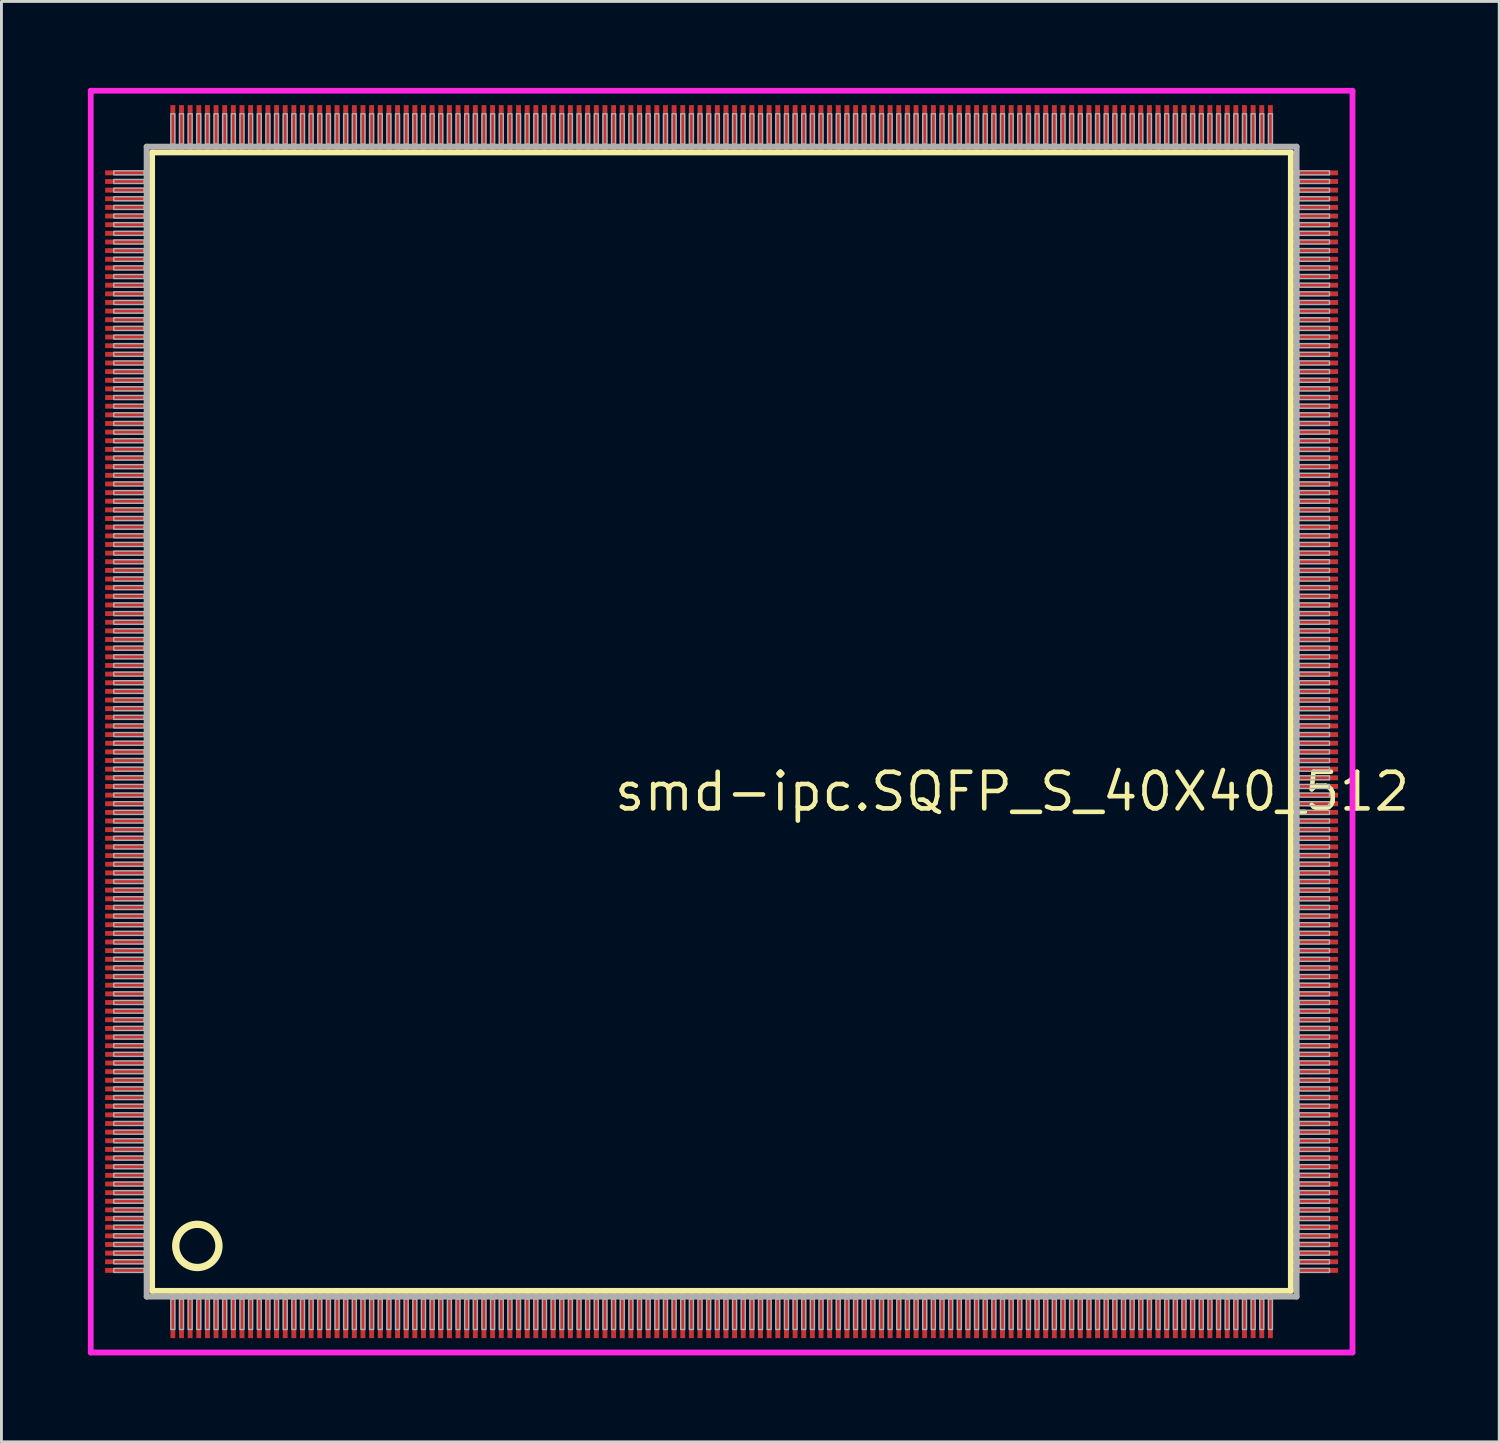
<source format=kicad_pcb>
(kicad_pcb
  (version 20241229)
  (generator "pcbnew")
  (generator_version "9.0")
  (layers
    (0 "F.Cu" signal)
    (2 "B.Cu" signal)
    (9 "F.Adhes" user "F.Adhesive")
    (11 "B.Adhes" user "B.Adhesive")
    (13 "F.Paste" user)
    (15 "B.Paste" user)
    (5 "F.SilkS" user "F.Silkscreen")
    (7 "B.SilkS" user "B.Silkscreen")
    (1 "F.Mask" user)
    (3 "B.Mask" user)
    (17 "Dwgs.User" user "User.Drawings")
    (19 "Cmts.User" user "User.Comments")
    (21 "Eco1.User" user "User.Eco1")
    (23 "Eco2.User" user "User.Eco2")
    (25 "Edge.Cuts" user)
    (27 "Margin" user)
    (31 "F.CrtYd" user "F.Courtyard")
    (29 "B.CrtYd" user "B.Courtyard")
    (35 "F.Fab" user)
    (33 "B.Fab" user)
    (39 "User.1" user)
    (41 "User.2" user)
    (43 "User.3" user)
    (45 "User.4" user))
  (footprint "smd-ipc.SQFP_S_40X40_512"
    (layer "F.Cu")
    (at 22 22)
    (property "Reference" "smd-ipc.SQFP_S_40X40_512" (at -3.81 3.175 0) (layer "F.SilkS") (effects (font (size 1.27 1.27) (thickness 0.16)) (justify left bottom)))
    (attr smd)
    (fp_line (start -19.77 -19.76) (end 19.76 -19.76) (stroke (width 0.203) (type default)) (layer "F.SilkS"))
    (fp_line (start -19.77 19.76) (end -19.77 -19.76) (stroke (width 0.203) (type default)) (layer "F.SilkS"))
    (fp_line (start 19.76 19.76) (end -19.77 19.76) (stroke (width 0.203) (type default)) (layer "F.SilkS"))
    (fp_line (start 19.76 -19.76) (end 19.76 19.76) (stroke (width 0.203) (type default)) (layer "F.SilkS"))
    (fp_circle (center -18.2 18.2) (end -17.45 18.2) (stroke (width 0.254) (type default)) (fill no) (layer "F.SilkS"))
    (fp_line (start -21.9 -21.9) (end 21.9 -21.9) (stroke (width 0.2) (type default)) (layer "F.CrtYd"))
    (fp_line (start -21.9 21.9) (end -21.9 -21.9) (stroke (width 0.2) (type default)) (layer "F.CrtYd"))
    (fp_line (start 21.9 -21.9) (end 21.9 21.9) (stroke (width 0.2) (type default)) (layer "F.CrtYd"))
    (fp_line (start 21.9 21.9) (end -21.9 21.9) (stroke (width 0.2) (type default)) (layer "F.CrtYd"))
    (fp_line (start -19.96 -19.96) (end -19.96 19.96) (stroke (width 0.203) (type default)) (layer "F.Fab"))
    (fp_line (start -19.96 19.96) (end 19.96 19.96) (stroke (width 0.203) (type default)) (layer "F.Fab"))
    (fp_line (start 19.96 -19.96) (end -19.96 -19.96) (stroke (width 0.203) (type default)) (layer "F.Fab"))
    (fp_line (start 19.96 19.96) (end 19.96 -19.96) (stroke (width 0.203) (type default)) (layer "F.Fab"))
    (fp_rect (start -21.1 -18.98) (end -20.05 -19.12) (stroke (width 0.05) (type default)) (fill no) (layer "F.Fab"))
    (fp_rect (start -21.1 -18.68) (end -20.05 -18.82) (stroke (width 0.05) (type default)) (fill no) (layer "F.Fab"))
    (fp_rect (start -21.1 -18.38) (end -20.05 -18.52) (stroke (width 0.05) (type default)) (fill no) (layer "F.Fab"))
    (fp_rect (start -21.1 -18.08) (end -20.05 -18.22) (stroke (width 0.05) (type default)) (fill no) (layer "F.Fab"))
    (fp_rect (start -21.1 -17.78) (end -20.05 -17.92) (stroke (width 0.05) (type default)) (fill no) (layer "F.Fab"))
    (fp_rect (start -21.1 -17.48) (end -20.05 -17.62) (stroke (width 0.05) (type default)) (fill no) (layer "F.Fab"))
    (fp_rect (start -21.1 -17.18) (end -20.05 -17.32) (stroke (width 0.05) (type default)) (fill no) (layer "F.Fab"))
    (fp_rect (start -21.1 -16.88) (end -20.05 -17.02) (stroke (width 0.05) (type default)) (fill no) (layer "F.Fab"))
    (fp_rect (start -21.1 -16.58) (end -20.05 -16.72) (stroke (width 0.05) (type default)) (fill no) (layer "F.Fab"))
    (fp_rect (start -21.1 -16.28) (end -20.05 -16.42) (stroke (width 0.05) (type default)) (fill no) (layer "F.Fab"))
    (fp_rect (start -21.1 -15.98) (end -20.05 -16.12) (stroke (width 0.05) (type default)) (fill no) (layer "F.Fab"))
    (fp_rect (start -21.1 -15.68) (end -20.05 -15.82) (stroke (width 0.05) (type default)) (fill no) (layer "F.Fab"))
    (fp_rect (start -21.1 -15.38) (end -20.05 -15.52) (stroke (width 0.05) (type default)) (fill no) (layer "F.Fab"))
    (fp_rect (start -21.1 -15.08) (end -20.05 -15.22) (stroke (width 0.05) (type default)) (fill no) (layer "F.Fab"))
    (fp_rect (start -21.1 -14.78) (end -20.05 -14.92) (stroke (width 0.05) (type default)) (fill no) (layer "F.Fab"))
    (fp_rect (start -21.1 -14.48) (end -20.05 -14.62) (stroke (width 0.05) (type default)) (fill no) (layer "F.Fab"))
    (fp_rect (start -21.1 -14.18) (end -20.05 -14.32) (stroke (width 0.05) (type default)) (fill no) (layer "F.Fab"))
    (fp_rect (start -21.1 -13.88) (end -20.05 -14.02) (stroke (width 0.05) (type default)) (fill no) (layer "F.Fab"))
    (fp_rect (start -21.1 -13.58) (end -20.05 -13.72) (stroke (width 0.05) (type default)) (fill no) (layer "F.Fab"))
    (fp_rect (start -21.1 -13.28) (end -20.05 -13.42) (stroke (width 0.05) (type default)) (fill no) (layer "F.Fab"))
    (fp_rect (start -21.1 -12.98) (end -20.05 -13.12) (stroke (width 0.05) (type default)) (fill no) (layer "F.Fab"))
    (fp_rect (start -21.1 -12.68) (end -20.05 -12.82) (stroke (width 0.05) (type default)) (fill no) (layer "F.Fab"))
    (fp_rect (start -21.1 -12.38) (end -20.05 -12.52) (stroke (width 0.05) (type default)) (fill no) (layer "F.Fab"))
    (fp_rect (start -21.1 -12.08) (end -20.05 -12.22) (stroke (width 0.05) (type default)) (fill no) (layer "F.Fab"))
    (fp_rect (start -21.1 -11.78) (end -20.05 -11.92) (stroke (width 0.05) (type default)) (fill no) (layer "F.Fab"))
    (fp_rect (start -21.1 -11.48) (end -20.05 -11.62) (stroke (width 0.05) (type default)) (fill no) (layer "F.Fab"))
    (fp_rect (start -21.1 -11.18) (end -20.05 -11.32) (stroke (width 0.05) (type default)) (fill no) (layer "F.Fab"))
    (fp_rect (start -21.1 -10.88) (end -20.05 -11.02) (stroke (width 0.05) (type default)) (fill no) (layer "F.Fab"))
    (fp_rect (start -21.1 -10.58) (end -20.05 -10.72) (stroke (width 0.05) (type default)) (fill no) (layer "F.Fab"))
    (fp_rect (start -21.1 -10.28) (end -20.05 -10.42) (stroke (width 0.05) (type default)) (fill no) (layer "F.Fab"))
    (fp_rect (start -21.1 -9.98) (end -20.05 -10.12) (stroke (width 0.05) (type default)) (fill no) (layer "F.Fab"))
    (fp_rect (start -21.1 -9.68) (end -20.05 -9.82) (stroke (width 0.05) (type default)) (fill no) (layer "F.Fab"))
    (fp_rect (start -21.1 -9.38) (end -20.05 -9.52) (stroke (width 0.05) (type default)) (fill no) (layer "F.Fab"))
    (fp_rect (start -21.1 -9.08) (end -20.05 -9.22) (stroke (width 0.05) (type default)) (fill no) (layer "F.Fab"))
    (fp_rect (start -21.1 -8.78) (end -20.05 -8.92) (stroke (width 0.05) (type default)) (fill no) (layer "F.Fab"))
    (fp_rect (start -21.1 -8.48) (end -20.05 -8.62) (stroke (width 0.05) (type default)) (fill no) (layer "F.Fab"))
    (fp_rect (start -21.1 -8.18) (end -20.05 -8.32) (stroke (width 0.05) (type default)) (fill no) (layer "F.Fab"))
    (fp_rect (start -21.1 -7.88) (end -20.05 -8.02) (stroke (width 0.05) (type default)) (fill no) (layer "F.Fab"))
    (fp_rect (start -21.1 -7.58) (end -20.05 -7.72) (stroke (width 0.05) (type default)) (fill no) (layer "F.Fab"))
    (fp_rect (start -21.1 -7.28) (end -20.05 -7.42) (stroke (width 0.05) (type default)) (fill no) (layer "F.Fab"))
    (fp_rect (start -21.1 -6.98) (end -20.05 -7.12) (stroke (width 0.05) (type default)) (fill no) (layer "F.Fab"))
    (fp_rect (start -21.1 -6.68) (end -20.05 -6.82) (stroke (width 0.05) (type default)) (fill no) (layer "F.Fab"))
    (fp_rect (start -21.1 -6.38) (end -20.05 -6.52) (stroke (width 0.05) (type default)) (fill no) (layer "F.Fab"))
    (fp_rect (start -21.1 -6.08) (end -20.05 -6.22) (stroke (width 0.05) (type default)) (fill no) (layer "F.Fab"))
    (fp_rect (start -21.1 -5.78) (end -20.05 -5.92) (stroke (width 0.05) (type default)) (fill no) (layer "F.Fab"))
    (fp_rect (start -21.1 -5.48) (end -20.05 -5.62) (stroke (width 0.05) (type default)) (fill no) (layer "F.Fab"))
    (fp_rect (start -21.1 -5.18) (end -20.05 -5.32) (stroke (width 0.05) (type default)) (fill no) (layer "F.Fab"))
    (fp_rect (start -21.1 -4.88) (end -20.05 -5.02) (stroke (width 0.05) (type default)) (fill no) (layer "F.Fab"))
    (fp_rect (start -21.1 -4.58) (end -20.05 -4.72) (stroke (width 0.05) (type default)) (fill no) (layer "F.Fab"))
    (fp_rect (start -21.1 -4.28) (end -20.05 -4.42) (stroke (width 0.05) (type default)) (fill no) (layer "F.Fab"))
    (fp_rect (start -21.1 -3.98) (end -20.05 -4.12) (stroke (width 0.05) (type default)) (fill no) (layer "F.Fab"))
    (fp_rect (start -21.1 -3.68) (end -20.05 -3.82) (stroke (width 0.05) (type default)) (fill no) (layer "F.Fab"))
    (fp_rect (start -21.1 -3.38) (end -20.05 -3.52) (stroke (width 0.05) (type default)) (fill no) (layer "F.Fab"))
    (fp_rect (start -21.1 -3.08) (end -20.05 -3.22) (stroke (width 0.05) (type default)) (fill no) (layer "F.Fab"))
    (fp_rect (start -21.1 -2.78) (end -20.05 -2.92) (stroke (width 0.05) (type default)) (fill no) (layer "F.Fab"))
    (fp_rect (start -21.1 -2.48) (end -20.05 -2.62) (stroke (width 0.05) (type default)) (fill no) (layer "F.Fab"))
    (fp_rect (start -21.1 -2.18) (end -20.05 -2.32) (stroke (width 0.05) (type default)) (fill no) (layer "F.Fab"))
    (fp_rect (start -21.1 -1.88) (end -20.05 -2.02) (stroke (width 0.05) (type default)) (fill no) (layer "F.Fab"))
    (fp_rect (start -21.1 -1.58) (end -20.05 -1.72) (stroke (width 0.05) (type default)) (fill no) (layer "F.Fab"))
    (fp_rect (start -21.1 -1.28) (end -20.05 -1.42) (stroke (width 0.05) (type default)) (fill no) (layer "F.Fab"))
    (fp_rect (start -21.1 -0.98) (end -20.05 -1.12) (stroke (width 0.05) (type default)) (fill no) (layer "F.Fab"))
    (fp_rect (start -21.1 -0.68) (end -20.05 -0.82) (stroke (width 0.05) (type default)) (fill no) (layer "F.Fab"))
    (fp_rect (start -21.1 -0.38) (end -20.05 -0.52) (stroke (width 0.05) (type default)) (fill no) (layer "F.Fab"))
    (fp_rect (start -21.1 -0.08) (end -20.05 -0.22) (stroke (width 0.05) (type default)) (fill no) (layer "F.Fab"))
    (fp_rect (start -21.1 0.22) (end -20.05 0.08) (stroke (width 0.05) (type default)) (fill no) (layer "F.Fab"))
    (fp_rect (start -21.1 0.52) (end -20.05 0.38) (stroke (width 0.05) (type default)) (fill no) (layer "F.Fab"))
    (fp_rect (start -21.1 0.82) (end -20.05 0.68) (stroke (width 0.05) (type default)) (fill no) (layer "F.Fab"))
    (fp_rect (start -21.1 1.12) (end -20.05 0.98) (stroke (width 0.05) (type default)) (fill no) (layer "F.Fab"))
    (fp_rect (start -21.1 1.42) (end -20.05 1.28) (stroke (width 0.05) (type default)) (fill no) (layer "F.Fab"))
    (fp_rect (start -21.1 1.72) (end -20.05 1.58) (stroke (width 0.05) (type default)) (fill no) (layer "F.Fab"))
    (fp_rect (start -21.1 2.02) (end -20.05 1.88) (stroke (width 0.05) (type default)) (fill no) (layer "F.Fab"))
    (fp_rect (start -21.1 2.32) (end -20.05 2.18) (stroke (width 0.05) (type default)) (fill no) (layer "F.Fab"))
    (fp_rect (start -21.1 2.62) (end -20.05 2.48) (stroke (width 0.05) (type default)) (fill no) (layer "F.Fab"))
    (fp_rect (start -21.1 2.92) (end -20.05 2.78) (stroke (width 0.05) (type default)) (fill no) (layer "F.Fab"))
    (fp_rect (start -21.1 3.22) (end -20.05 3.08) (stroke (width 0.05) (type default)) (fill no) (layer "F.Fab"))
    (fp_rect (start -21.1 3.52) (end -20.05 3.38) (stroke (width 0.05) (type default)) (fill no) (layer "F.Fab"))
    (fp_rect (start -21.1 3.82) (end -20.05 3.68) (stroke (width 0.05) (type default)) (fill no) (layer "F.Fab"))
    (fp_rect (start -21.1 4.12) (end -20.05 3.98) (stroke (width 0.05) (type default)) (fill no) (layer "F.Fab"))
    (fp_rect (start -21.1 4.42) (end -20.05 4.28) (stroke (width 0.05) (type default)) (fill no) (layer "F.Fab"))
    (fp_rect (start -21.1 4.72) (end -20.05 4.58) (stroke (width 0.05) (type default)) (fill no) (layer "F.Fab"))
    (fp_rect (start -21.1 5.02) (end -20.05 4.88) (stroke (width 0.05) (type default)) (fill no) (layer "F.Fab"))
    (fp_rect (start -21.1 5.32) (end -20.05 5.18) (stroke (width 0.05) (type default)) (fill no) (layer "F.Fab"))
    (fp_rect (start -21.1 5.62) (end -20.05 5.48) (stroke (width 0.05) (type default)) (fill no) (layer "F.Fab"))
    (fp_rect (start -21.1 5.92) (end -20.05 5.78) (stroke (width 0.05) (type default)) (fill no) (layer "F.Fab"))
    (fp_rect (start -21.1 6.22) (end -20.05 6.08) (stroke (width 0.05) (type default)) (fill no) (layer "F.Fab"))
    (fp_rect (start -21.1 6.52) (end -20.05 6.38) (stroke (width 0.05) (type default)) (fill no) (layer "F.Fab"))
    (fp_rect (start -21.1 6.82) (end -20.05 6.68) (stroke (width 0.05) (type default)) (fill no) (layer "F.Fab"))
    (fp_rect (start -21.1 7.12) (end -20.05 6.98) (stroke (width 0.05) (type default)) (fill no) (layer "F.Fab"))
    (fp_rect (start -21.1 7.42) (end -20.05 7.28) (stroke (width 0.05) (type default)) (fill no) (layer "F.Fab"))
    (fp_rect (start -21.1 7.72) (end -20.05 7.58) (stroke (width 0.05) (type default)) (fill no) (layer "F.Fab"))
    (fp_rect (start -21.1 8.02) (end -20.05 7.88) (stroke (width 0.05) (type default)) (fill no) (layer "F.Fab"))
    (fp_rect (start -21.1 8.32) (end -20.05 8.18) (stroke (width 0.05) (type default)) (fill no) (layer "F.Fab"))
    (fp_rect (start -21.1 8.62) (end -20.05 8.48) (stroke (width 0.05) (type default)) (fill no) (layer "F.Fab"))
    (fp_rect (start -21.1 8.92) (end -20.05 8.78) (stroke (width 0.05) (type default)) (fill no) (layer "F.Fab"))
    (fp_rect (start -21.1 9.22) (end -20.05 9.08) (stroke (width 0.05) (type default)) (fill no) (layer "F.Fab"))
    (fp_rect (start -21.1 9.52) (end -20.05 9.38) (stroke (width 0.05) (type default)) (fill no) (layer "F.Fab"))
    (fp_rect (start -21.1 9.82) (end -20.05 9.68) (stroke (width 0.05) (type default)) (fill no) (layer "F.Fab"))
    (fp_rect (start -21.1 10.12) (end -20.05 9.98) (stroke (width 0.05) (type default)) (fill no) (layer "F.Fab"))
    (fp_rect (start -21.1 10.42) (end -20.05 10.28) (stroke (width 0.05) (type default)) (fill no) (layer "F.Fab"))
    (fp_rect (start -21.1 10.72) (end -20.05 10.58) (stroke (width 0.05) (type default)) (fill no) (layer "F.Fab"))
    (fp_rect (start -21.1 11.02) (end -20.05 10.88) (stroke (width 0.05) (type default)) (fill no) (layer "F.Fab"))
    (fp_rect (start -21.1 11.32) (end -20.05 11.18) (stroke (width 0.05) (type default)) (fill no) (layer "F.Fab"))
    (fp_rect (start -21.1 11.62) (end -20.05 11.48) (stroke (width 0.05) (type default)) (fill no) (layer "F.Fab"))
    (fp_rect (start -21.1 11.92) (end -20.05 11.78) (stroke (width 0.05) (type default)) (fill no) (layer "F.Fab"))
    (fp_rect (start -21.1 12.22) (end -20.05 12.08) (stroke (width 0.05) (type default)) (fill no) (layer "F.Fab"))
    (fp_rect (start -21.1 12.52) (end -20.05 12.38) (stroke (width 0.05) (type default)) (fill no) (layer "F.Fab"))
    (fp_rect (start -21.1 12.82) (end -20.05 12.68) (stroke (width 0.05) (type default)) (fill no) (layer "F.Fab"))
    (fp_rect (start -21.1 13.12) (end -20.05 12.98) (stroke (width 0.05) (type default)) (fill no) (layer "F.Fab"))
    (fp_rect (start -21.1 13.42) (end -20.05 13.28) (stroke (width 0.05) (type default)) (fill no) (layer "F.Fab"))
    (fp_rect (start -21.1 13.72) (end -20.05 13.58) (stroke (width 0.05) (type default)) (fill no) (layer "F.Fab"))
    (fp_rect (start -21.1 14.02) (end -20.05 13.88) (stroke (width 0.05) (type default)) (fill no) (layer "F.Fab"))
    (fp_rect (start -21.1 14.32) (end -20.05 14.18) (stroke (width 0.05) (type default)) (fill no) (layer "F.Fab"))
    (fp_rect (start -21.1 14.62) (end -20.05 14.48) (stroke (width 0.05) (type default)) (fill no) (layer "F.Fab"))
    (fp_rect (start -21.1 14.92) (end -20.05 14.78) (stroke (width 0.05) (type default)) (fill no) (layer "F.Fab"))
    (fp_rect (start -21.1 15.22) (end -20.05 15.08) (stroke (width 0.05) (type default)) (fill no) (layer "F.Fab"))
    (fp_rect (start -21.1 15.52) (end -20.05 15.38) (stroke (width 0.05) (type default)) (fill no) (layer "F.Fab"))
    (fp_rect (start -21.1 15.82) (end -20.05 15.68) (stroke (width 0.05) (type default)) (fill no) (layer "F.Fab"))
    (fp_rect (start -21.1 16.12) (end -20.05 15.98) (stroke (width 0.05) (type default)) (fill no) (layer "F.Fab"))
    (fp_rect (start -21.1 16.42) (end -20.05 16.28) (stroke (width 0.05) (type default)) (fill no) (layer "F.Fab"))
    (fp_rect (start -21.1 16.72) (end -20.05 16.58) (stroke (width 0.05) (type default)) (fill no) (layer "F.Fab"))
    (fp_rect (start -21.1 17.02) (end -20.05 16.88) (stroke (width 0.05) (type default)) (fill no) (layer "F.Fab"))
    (fp_rect (start -21.1 17.32) (end -20.05 17.18) (stroke (width 0.05) (type default)) (fill no) (layer "F.Fab"))
    (fp_rect (start -21.1 17.62) (end -20.05 17.48) (stroke (width 0.05) (type default)) (fill no) (layer "F.Fab"))
    (fp_rect (start -21.1 17.92) (end -20.05 17.78) (stroke (width 0.05) (type default)) (fill no) (layer "F.Fab"))
    (fp_rect (start -21.1 18.22) (end -20.05 18.08) (stroke (width 0.05) (type default)) (fill no) (layer "F.Fab"))
    (fp_rect (start -21.1 18.52) (end -20.05 18.38) (stroke (width 0.05) (type default)) (fill no) (layer "F.Fab"))
    (fp_rect (start -21.1 18.82) (end -20.05 18.68) (stroke (width 0.05) (type default)) (fill no) (layer "F.Fab"))
    (fp_rect (start -21.1 19.12) (end -20.05 18.98) (stroke (width 0.05) (type default)) (fill no) (layer "F.Fab"))
    (fp_rect (start -19.12 -20.05) (end -18.98 -21.1) (stroke (width 0.05) (type default)) (fill no) (layer "F.Fab"))
    (fp_rect (start -19.12 21.1) (end -18.98 20.05) (stroke (width 0.05) (type default)) (fill no) (layer "F.Fab"))
    (fp_rect (start -18.82 -20.05) (end -18.68 -21.1) (stroke (width 0.05) (type default)) (fill no) (layer "F.Fab"))
    (fp_rect (start -18.82 21.1) (end -18.68 20.05) (stroke (width 0.05) (type default)) (fill no) (layer "F.Fab"))
    (fp_rect (start -18.52 -20.05) (end -18.38 -21.1) (stroke (width 0.05) (type default)) (fill no) (layer "F.Fab"))
    (fp_rect (start -18.52 21.1) (end -18.38 20.05) (stroke (width 0.05) (type default)) (fill no) (layer "F.Fab"))
    (fp_rect (start -18.22 -20.05) (end -18.08 -21.1) (stroke (width 0.05) (type default)) (fill no) (layer "F.Fab"))
    (fp_rect (start -18.22 21.1) (end -18.08 20.05) (stroke (width 0.05) (type default)) (fill no) (layer "F.Fab"))
    (fp_rect (start -17.92 -20.05) (end -17.78 -21.1) (stroke (width 0.05) (type default)) (fill no) (layer "F.Fab"))
    (fp_rect (start -17.92 21.1) (end -17.78 20.05) (stroke (width 0.05) (type default)) (fill no) (layer "F.Fab"))
    (fp_rect (start -17.62 -20.05) (end -17.48 -21.1) (stroke (width 0.05) (type default)) (fill no) (layer "F.Fab"))
    (fp_rect (start -17.62 21.1) (end -17.48 20.05) (stroke (width 0.05) (type default)) (fill no) (layer "F.Fab"))
    (fp_rect (start -17.32 -20.05) (end -17.18 -21.1) (stroke (width 0.05) (type default)) (fill no) (layer "F.Fab"))
    (fp_rect (start -17.32 21.1) (end -17.18 20.05) (stroke (width 0.05) (type default)) (fill no) (layer "F.Fab"))
    (fp_rect (start -17.02 -20.05) (end -16.88 -21.1) (stroke (width 0.05) (type default)) (fill no) (layer "F.Fab"))
    (fp_rect (start -17.02 21.1) (end -16.88 20.05) (stroke (width 0.05) (type default)) (fill no) (layer "F.Fab"))
    (fp_rect (start -16.72 -20.05) (end -16.58 -21.1) (stroke (width 0.05) (type default)) (fill no) (layer "F.Fab"))
    (fp_rect (start -16.72 21.1) (end -16.58 20.05) (stroke (width 0.05) (type default)) (fill no) (layer "F.Fab"))
    (fp_rect (start -16.42 -20.05) (end -16.28 -21.1) (stroke (width 0.05) (type default)) (fill no) (layer "F.Fab"))
    (fp_rect (start -16.42 21.1) (end -16.28 20.05) (stroke (width 0.05) (type default)) (fill no) (layer "F.Fab"))
    (fp_rect (start -16.12 -20.05) (end -15.98 -21.1) (stroke (width 0.05) (type default)) (fill no) (layer "F.Fab"))
    (fp_rect (start -16.12 21.1) (end -15.98 20.05) (stroke (width 0.05) (type default)) (fill no) (layer "F.Fab"))
    (fp_rect (start -15.82 -20.05) (end -15.68 -21.1) (stroke (width 0.05) (type default)) (fill no) (layer "F.Fab"))
    (fp_rect (start -15.82 21.1) (end -15.68 20.05) (stroke (width 0.05) (type default)) (fill no) (layer "F.Fab"))
    (fp_rect (start -15.52 -20.05) (end -15.38 -21.1) (stroke (width 0.05) (type default)) (fill no) (layer "F.Fab"))
    (fp_rect (start -15.52 21.1) (end -15.38 20.05) (stroke (width 0.05) (type default)) (fill no) (layer "F.Fab"))
    (fp_rect (start -15.22 -20.05) (end -15.08 -21.1) (stroke (width 0.05) (type default)) (fill no) (layer "F.Fab"))
    (fp_rect (start -15.22 21.1) (end -15.08 20.05) (stroke (width 0.05) (type default)) (fill no) (layer "F.Fab"))
    (fp_rect (start -14.92 -20.05) (end -14.78 -21.1) (stroke (width 0.05) (type default)) (fill no) (layer "F.Fab"))
    (fp_rect (start -14.92 21.1) (end -14.78 20.05) (stroke (width 0.05) (type default)) (fill no) (layer "F.Fab"))
    (fp_rect (start -14.62 -20.05) (end -14.48 -21.1) (stroke (width 0.05) (type default)) (fill no) (layer "F.Fab"))
    (fp_rect (start -14.62 21.1) (end -14.48 20.05) (stroke (width 0.05) (type default)) (fill no) (layer "F.Fab"))
    (fp_rect (start -14.32 -20.05) (end -14.18 -21.1) (stroke (width 0.05) (type default)) (fill no) (layer "F.Fab"))
    (fp_rect (start -14.32 21.1) (end -14.18 20.05) (stroke (width 0.05) (type default)) (fill no) (layer "F.Fab"))
    (fp_rect (start -14.02 -20.05) (end -13.88 -21.1) (stroke (width 0.05) (type default)) (fill no) (layer "F.Fab"))
    (fp_rect (start -14.02 21.1) (end -13.88 20.05) (stroke (width 0.05) (type default)) (fill no) (layer "F.Fab"))
    (fp_rect (start -13.72 -20.05) (end -13.58 -21.1) (stroke (width 0.05) (type default)) (fill no) (layer "F.Fab"))
    (fp_rect (start -13.72 21.1) (end -13.58 20.05) (stroke (width 0.05) (type default)) (fill no) (layer "F.Fab"))
    (fp_rect (start -13.42 -20.05) (end -13.28 -21.1) (stroke (width 0.05) (type default)) (fill no) (layer "F.Fab"))
    (fp_rect (start -13.42 21.1) (end -13.28 20.05) (stroke (width 0.05) (type default)) (fill no) (layer "F.Fab"))
    (fp_rect (start -13.12 -20.05) (end -12.98 -21.1) (stroke (width 0.05) (type default)) (fill no) (layer "F.Fab"))
    (fp_rect (start -13.12 21.1) (end -12.98 20.05) (stroke (width 0.05) (type default)) (fill no) (layer "F.Fab"))
    (fp_rect (start -12.82 -20.05) (end -12.68 -21.1) (stroke (width 0.05) (type default)) (fill no) (layer "F.Fab"))
    (fp_rect (start -12.82 21.1) (end -12.68 20.05) (stroke (width 0.05) (type default)) (fill no) (layer "F.Fab"))
    (fp_rect (start -12.52 -20.05) (end -12.38 -21.1) (stroke (width 0.05) (type default)) (fill no) (layer "F.Fab"))
    (fp_rect (start -12.52 21.1) (end -12.38 20.05) (stroke (width 0.05) (type default)) (fill no) (layer "F.Fab"))
    (fp_rect (start -12.22 -20.05) (end -12.08 -21.1) (stroke (width 0.05) (type default)) (fill no) (layer "F.Fab"))
    (fp_rect (start -12.22 21.1) (end -12.08 20.05) (stroke (width 0.05) (type default)) (fill no) (layer "F.Fab"))
    (fp_rect (start -11.92 -20.05) (end -11.78 -21.1) (stroke (width 0.05) (type default)) (fill no) (layer "F.Fab"))
    (fp_rect (start -11.92 21.1) (end -11.78 20.05) (stroke (width 0.05) (type default)) (fill no) (layer "F.Fab"))
    (fp_rect (start -11.62 -20.05) (end -11.48 -21.1) (stroke (width 0.05) (type default)) (fill no) (layer "F.Fab"))
    (fp_rect (start -11.62 21.1) (end -11.48 20.05) (stroke (width 0.05) (type default)) (fill no) (layer "F.Fab"))
    (fp_rect (start -11.32 -20.05) (end -11.18 -21.1) (stroke (width 0.05) (type default)) (fill no) (layer "F.Fab"))
    (fp_rect (start -11.32 21.1) (end -11.18 20.05) (stroke (width 0.05) (type default)) (fill no) (layer "F.Fab"))
    (fp_rect (start -11.02 -20.05) (end -10.88 -21.1) (stroke (width 0.05) (type default)) (fill no) (layer "F.Fab"))
    (fp_rect (start -11.02 21.1) (end -10.88 20.05) (stroke (width 0.05) (type default)) (fill no) (layer "F.Fab"))
    (fp_rect (start -10.72 -20.05) (end -10.58 -21.1) (stroke (width 0.05) (type default)) (fill no) (layer "F.Fab"))
    (fp_rect (start -10.72 21.1) (end -10.58 20.05) (stroke (width 0.05) (type default)) (fill no) (layer "F.Fab"))
    (fp_rect (start -10.42 -20.05) (end -10.28 -21.1) (stroke (width 0.05) (type default)) (fill no) (layer "F.Fab"))
    (fp_rect (start -10.42 21.1) (end -10.28 20.05) (stroke (width 0.05) (type default)) (fill no) (layer "F.Fab"))
    (fp_rect (start -10.12 -20.05) (end -9.98 -21.1) (stroke (width 0.05) (type default)) (fill no) (layer "F.Fab"))
    (fp_rect (start -10.12 21.1) (end -9.98 20.05) (stroke (width 0.05) (type default)) (fill no) (layer "F.Fab"))
    (fp_rect (start -9.82 -20.05) (end -9.68 -21.1) (stroke (width 0.05) (type default)) (fill no) (layer "F.Fab"))
    (fp_rect (start -9.82 21.1) (end -9.68 20.05) (stroke (width 0.05) (type default)) (fill no) (layer "F.Fab"))
    (fp_rect (start -9.52 -20.05) (end -9.38 -21.1) (stroke (width 0.05) (type default)) (fill no) (layer "F.Fab"))
    (fp_rect (start -9.52 21.1) (end -9.38 20.05) (stroke (width 0.05) (type default)) (fill no) (layer "F.Fab"))
    (fp_rect (start -9.22 -20.05) (end -9.08 -21.1) (stroke (width 0.05) (type default)) (fill no) (layer "F.Fab"))
    (fp_rect (start -9.22 21.1) (end -9.08 20.05) (stroke (width 0.05) (type default)) (fill no) (layer "F.Fab"))
    (fp_rect (start -8.92 -20.05) (end -8.78 -21.1) (stroke (width 0.05) (type default)) (fill no) (layer "F.Fab"))
    (fp_rect (start -8.92 21.1) (end -8.78 20.05) (stroke (width 0.05) (type default)) (fill no) (layer "F.Fab"))
    (fp_rect (start -8.62 -20.05) (end -8.48 -21.1) (stroke (width 0.05) (type default)) (fill no) (layer "F.Fab"))
    (fp_rect (start -8.62 21.1) (end -8.48 20.05) (stroke (width 0.05) (type default)) (fill no) (layer "F.Fab"))
    (fp_rect (start -8.32 -20.05) (end -8.18 -21.1) (stroke (width 0.05) (type default)) (fill no) (layer "F.Fab"))
    (fp_rect (start -8.32 21.1) (end -8.18 20.05) (stroke (width 0.05) (type default)) (fill no) (layer "F.Fab"))
    (fp_rect (start -8.02 -20.05) (end -7.88 -21.1) (stroke (width 0.05) (type default)) (fill no) (layer "F.Fab"))
    (fp_rect (start -8.02 21.1) (end -7.88 20.05) (stroke (width 0.05) (type default)) (fill no) (layer "F.Fab"))
    (fp_rect (start -7.72 -20.05) (end -7.58 -21.1) (stroke (width 0.05) (type default)) (fill no) (layer "F.Fab"))
    (fp_rect (start -7.72 21.1) (end -7.58 20.05) (stroke (width 0.05) (type default)) (fill no) (layer "F.Fab"))
    (fp_rect (start -7.42 -20.05) (end -7.28 -21.1) (stroke (width 0.05) (type default)) (fill no) (layer "F.Fab"))
    (fp_rect (start -7.42 21.1) (end -7.28 20.05) (stroke (width 0.05) (type default)) (fill no) (layer "F.Fab"))
    (fp_rect (start -7.12 -20.05) (end -6.98 -21.1) (stroke (width 0.05) (type default)) (fill no) (layer "F.Fab"))
    (fp_rect (start -7.12 21.1) (end -6.98 20.05) (stroke (width 0.05) (type default)) (fill no) (layer "F.Fab"))
    (fp_rect (start -6.82 -20.05) (end -6.68 -21.1) (stroke (width 0.05) (type default)) (fill no) (layer "F.Fab"))
    (fp_rect (start -6.82 21.1) (end -6.68 20.05) (stroke (width 0.05) (type default)) (fill no) (layer "F.Fab"))
    (fp_rect (start -6.52 -20.05) (end -6.38 -21.1) (stroke (width 0.05) (type default)) (fill no) (layer "F.Fab"))
    (fp_rect (start -6.52 21.1) (end -6.38 20.05) (stroke (width 0.05) (type default)) (fill no) (layer "F.Fab"))
    (fp_rect (start -6.22 -20.05) (end -6.08 -21.1) (stroke (width 0.05) (type default)) (fill no) (layer "F.Fab"))
    (fp_rect (start -6.22 21.1) (end -6.08 20.05) (stroke (width 0.05) (type default)) (fill no) (layer "F.Fab"))
    (fp_rect (start -5.92 -20.05) (end -5.78 -21.1) (stroke (width 0.05) (type default)) (fill no) (layer "F.Fab"))
    (fp_rect (start -5.92 21.1) (end -5.78 20.05) (stroke (width 0.05) (type default)) (fill no) (layer "F.Fab"))
    (fp_rect (start -5.62 -20.05) (end -5.48 -21.1) (stroke (width 0.05) (type default)) (fill no) (layer "F.Fab"))
    (fp_rect (start -5.62 21.1) (end -5.48 20.05) (stroke (width 0.05) (type default)) (fill no) (layer "F.Fab"))
    (fp_rect (start -5.32 -20.05) (end -5.18 -21.1) (stroke (width 0.05) (type default)) (fill no) (layer "F.Fab"))
    (fp_rect (start -5.32 21.1) (end -5.18 20.05) (stroke (width 0.05) (type default)) (fill no) (layer "F.Fab"))
    (fp_rect (start -5.02 -20.05) (end -4.88 -21.1) (stroke (width 0.05) (type default)) (fill no) (layer "F.Fab"))
    (fp_rect (start -5.02 21.1) (end -4.88 20.05) (stroke (width 0.05) (type default)) (fill no) (layer "F.Fab"))
    (fp_rect (start -4.72 -20.05) (end -4.58 -21.1) (stroke (width 0.05) (type default)) (fill no) (layer "F.Fab"))
    (fp_rect (start -4.72 21.1) (end -4.58 20.05) (stroke (width 0.05) (type default)) (fill no) (layer "F.Fab"))
    (fp_rect (start -4.42 -20.05) (end -4.28 -21.1) (stroke (width 0.05) (type default)) (fill no) (layer "F.Fab"))
    (fp_rect (start -4.42 21.1) (end -4.28 20.05) (stroke (width 0.05) (type default)) (fill no) (layer "F.Fab"))
    (fp_rect (start -4.12 -20.05) (end -3.98 -21.1) (stroke (width 0.05) (type default)) (fill no) (layer "F.Fab"))
    (fp_rect (start -4.12 21.1) (end -3.98 20.05) (stroke (width 0.05) (type default)) (fill no) (layer "F.Fab"))
    (fp_rect (start -3.82 -20.05) (end -3.68 -21.1) (stroke (width 0.05) (type default)) (fill no) (layer "F.Fab"))
    (fp_rect (start -3.82 21.1) (end -3.68 20.05) (stroke (width 0.05) (type default)) (fill no) (layer "F.Fab"))
    (fp_rect (start -3.52 -20.05) (end -3.38 -21.1) (stroke (width 0.05) (type default)) (fill no) (layer "F.Fab"))
    (fp_rect (start -3.52 21.1) (end -3.38 20.05) (stroke (width 0.05) (type default)) (fill no) (layer "F.Fab"))
    (fp_rect (start -3.22 -20.05) (end -3.08 -21.1) (stroke (width 0.05) (type default)) (fill no) (layer "F.Fab"))
    (fp_rect (start -3.22 21.1) (end -3.08 20.05) (stroke (width 0.05) (type default)) (fill no) (layer "F.Fab"))
    (fp_rect (start -2.92 -20.05) (end -2.78 -21.1) (stroke (width 0.05) (type default)) (fill no) (layer "F.Fab"))
    (fp_rect (start -2.92 21.1) (end -2.78 20.05) (stroke (width 0.05) (type default)) (fill no) (layer "F.Fab"))
    (fp_rect (start -2.62 -20.05) (end -2.48 -21.1) (stroke (width 0.05) (type default)) (fill no) (layer "F.Fab"))
    (fp_rect (start -2.62 21.1) (end -2.48 20.05) (stroke (width 0.05) (type default)) (fill no) (layer "F.Fab"))
    (fp_rect (start -2.32 -20.05) (end -2.18 -21.1) (stroke (width 0.05) (type default)) (fill no) (layer "F.Fab"))
    (fp_rect (start -2.32 21.1) (end -2.18 20.05) (stroke (width 0.05) (type default)) (fill no) (layer "F.Fab"))
    (fp_rect (start -2.02 -20.05) (end -1.88 -21.1) (stroke (width 0.05) (type default)) (fill no) (layer "F.Fab"))
    (fp_rect (start -2.02 21.1) (end -1.88 20.05) (stroke (width 0.05) (type default)) (fill no) (layer "F.Fab"))
    (fp_rect (start -1.72 -20.05) (end -1.58 -21.1) (stroke (width 0.05) (type default)) (fill no) (layer "F.Fab"))
    (fp_rect (start -1.72 21.1) (end -1.58 20.05) (stroke (width 0.05) (type default)) (fill no) (layer "F.Fab"))
    (fp_rect (start -1.42 -20.05) (end -1.28 -21.1) (stroke (width 0.05) (type default)) (fill no) (layer "F.Fab"))
    (fp_rect (start -1.42 21.1) (end -1.28 20.05) (stroke (width 0.05) (type default)) (fill no) (layer "F.Fab"))
    (fp_rect (start -1.12 -20.05) (end -0.98 -21.1) (stroke (width 0.05) (type default)) (fill no) (layer "F.Fab"))
    (fp_rect (start -1.12 21.1) (end -0.98 20.05) (stroke (width 0.05) (type default)) (fill no) (layer "F.Fab"))
    (fp_rect (start -0.82 -20.05) (end -0.68 -21.1) (stroke (width 0.05) (type default)) (fill no) (layer "F.Fab"))
    (fp_rect (start -0.82 21.1) (end -0.68 20.05) (stroke (width 0.05) (type default)) (fill no) (layer "F.Fab"))
    (fp_rect (start -0.52 -20.05) (end -0.38 -21.1) (stroke (width 0.05) (type default)) (fill no) (layer "F.Fab"))
    (fp_rect (start -0.52 21.1) (end -0.38 20.05) (stroke (width 0.05) (type default)) (fill no) (layer "F.Fab"))
    (fp_rect (start -0.22 -20.05) (end -0.08 -21.1) (stroke (width 0.05) (type default)) (fill no) (layer "F.Fab"))
    (fp_rect (start -0.22 21.1) (end -0.08 20.05) (stroke (width 0.05) (type default)) (fill no) (layer "F.Fab"))
    (fp_rect (start 0.08 -20.05) (end 0.22 -21.1) (stroke (width 0.05) (type default)) (fill no) (layer "F.Fab"))
    (fp_rect (start 0.08 21.1) (end 0.22 20.05) (stroke (width 0.05) (type default)) (fill no) (layer "F.Fab"))
    (fp_rect (start 0.38 -20.05) (end 0.52 -21.1) (stroke (width 0.05) (type default)) (fill no) (layer "F.Fab"))
    (fp_rect (start 0.38 21.1) (end 0.52 20.05) (stroke (width 0.05) (type default)) (fill no) (layer "F.Fab"))
    (fp_rect (start 0.68 -20.05) (end 0.82 -21.1) (stroke (width 0.05) (type default)) (fill no) (layer "F.Fab"))
    (fp_rect (start 0.68 21.1) (end 0.82 20.05) (stroke (width 0.05) (type default)) (fill no) (layer "F.Fab"))
    (fp_rect (start 0.98 -20.05) (end 1.12 -21.1) (stroke (width 0.05) (type default)) (fill no) (layer "F.Fab"))
    (fp_rect (start 0.98 21.1) (end 1.12 20.05) (stroke (width 0.05) (type default)) (fill no) (layer "F.Fab"))
    (fp_rect (start 1.28 -20.05) (end 1.42 -21.1) (stroke (width 0.05) (type default)) (fill no) (layer "F.Fab"))
    (fp_rect (start 1.28 21.1) (end 1.42 20.05) (stroke (width 0.05) (type default)) (fill no) (layer "F.Fab"))
    (fp_rect (start 1.58 -20.05) (end 1.72 -21.1) (stroke (width 0.05) (type default)) (fill no) (layer "F.Fab"))
    (fp_rect (start 1.58 21.1) (end 1.72 20.05) (stroke (width 0.05) (type default)) (fill no) (layer "F.Fab"))
    (fp_rect (start 1.88 -20.05) (end 2.02 -21.1) (stroke (width 0.05) (type default)) (fill no) (layer "F.Fab"))
    (fp_rect (start 1.88 21.1) (end 2.02 20.05) (stroke (width 0.05) (type default)) (fill no) (layer "F.Fab"))
    (fp_rect (start 2.18 -20.05) (end 2.32 -21.1) (stroke (width 0.05) (type default)) (fill no) (layer "F.Fab"))
    (fp_rect (start 2.18 21.1) (end 2.32 20.05) (stroke (width 0.05) (type default)) (fill no) (layer "F.Fab"))
    (fp_rect (start 2.48 -20.05) (end 2.62 -21.1) (stroke (width 0.05) (type default)) (fill no) (layer "F.Fab"))
    (fp_rect (start 2.48 21.1) (end 2.62 20.05) (stroke (width 0.05) (type default)) (fill no) (layer "F.Fab"))
    (fp_rect (start 2.78 -20.05) (end 2.92 -21.1) (stroke (width 0.05) (type default)) (fill no) (layer "F.Fab"))
    (fp_rect (start 2.78 21.1) (end 2.92 20.05) (stroke (width 0.05) (type default)) (fill no) (layer "F.Fab"))
    (fp_rect (start 3.08 -20.05) (end 3.22 -21.1) (stroke (width 0.05) (type default)) (fill no) (layer "F.Fab"))
    (fp_rect (start 3.08 21.1) (end 3.22 20.05) (stroke (width 0.05) (type default)) (fill no) (layer "F.Fab"))
    (fp_rect (start 3.38 -20.05) (end 3.52 -21.1) (stroke (width 0.05) (type default)) (fill no) (layer "F.Fab"))
    (fp_rect (start 3.38 21.1) (end 3.52 20.05) (stroke (width 0.05) (type default)) (fill no) (layer "F.Fab"))
    (fp_rect (start 3.68 -20.05) (end 3.82 -21.1) (stroke (width 0.05) (type default)) (fill no) (layer "F.Fab"))
    (fp_rect (start 3.68 21.1) (end 3.82 20.05) (stroke (width 0.05) (type default)) (fill no) (layer "F.Fab"))
    (fp_rect (start 3.98 -20.05) (end 4.12 -21.1) (stroke (width 0.05) (type default)) (fill no) (layer "F.Fab"))
    (fp_rect (start 3.98 21.1) (end 4.12 20.05) (stroke (width 0.05) (type default)) (fill no) (layer "F.Fab"))
    (fp_rect (start 4.28 -20.05) (end 4.42 -21.1) (stroke (width 0.05) (type default)) (fill no) (layer "F.Fab"))
    (fp_rect (start 4.28 21.1) (end 4.42 20.05) (stroke (width 0.05) (type default)) (fill no) (layer "F.Fab"))
    (fp_rect (start 4.58 -20.05) (end 4.72 -21.1) (stroke (width 0.05) (type default)) (fill no) (layer "F.Fab"))
    (fp_rect (start 4.58 21.1) (end 4.72 20.05) (stroke (width 0.05) (type default)) (fill no) (layer "F.Fab"))
    (fp_rect (start 4.88 -20.05) (end 5.02 -21.1) (stroke (width 0.05) (type default)) (fill no) (layer "F.Fab"))
    (fp_rect (start 4.88 21.1) (end 5.02 20.05) (stroke (width 0.05) (type default)) (fill no) (layer "F.Fab"))
    (fp_rect (start 5.18 -20.05) (end 5.32 -21.1) (stroke (width 0.05) (type default)) (fill no) (layer "F.Fab"))
    (fp_rect (start 5.18 21.1) (end 5.32 20.05) (stroke (width 0.05) (type default)) (fill no) (layer "F.Fab"))
    (fp_rect (start 5.48 -20.05) (end 5.62 -21.1) (stroke (width 0.05) (type default)) (fill no) (layer "F.Fab"))
    (fp_rect (start 5.48 21.1) (end 5.62 20.05) (stroke (width 0.05) (type default)) (fill no) (layer "F.Fab"))
    (fp_rect (start 5.78 -20.05) (end 5.92 -21.1) (stroke (width 0.05) (type default)) (fill no) (layer "F.Fab"))
    (fp_rect (start 5.78 21.1) (end 5.92 20.05) (stroke (width 0.05) (type default)) (fill no) (layer "F.Fab"))
    (fp_rect (start 6.08 -20.05) (end 6.22 -21.1) (stroke (width 0.05) (type default)) (fill no) (layer "F.Fab"))
    (fp_rect (start 6.08 21.1) (end 6.22 20.05) (stroke (width 0.05) (type default)) (fill no) (layer "F.Fab"))
    (fp_rect (start 6.38 -20.05) (end 6.52 -21.1) (stroke (width 0.05) (type default)) (fill no) (layer "F.Fab"))
    (fp_rect (start 6.38 21.1) (end 6.52 20.05) (stroke (width 0.05) (type default)) (fill no) (layer "F.Fab"))
    (fp_rect (start 6.68 -20.05) (end 6.82 -21.1) (stroke (width 0.05) (type default)) (fill no) (layer "F.Fab"))
    (fp_rect (start 6.68 21.1) (end 6.82 20.05) (stroke (width 0.05) (type default)) (fill no) (layer "F.Fab"))
    (fp_rect (start 6.98 -20.05) (end 7.12 -21.1) (stroke (width 0.05) (type default)) (fill no) (layer "F.Fab"))
    (fp_rect (start 6.98 21.1) (end 7.12 20.05) (stroke (width 0.05) (type default)) (fill no) (layer "F.Fab"))
    (fp_rect (start 7.28 -20.05) (end 7.42 -21.1) (stroke (width 0.05) (type default)) (fill no) (layer "F.Fab"))
    (fp_rect (start 7.28 21.1) (end 7.42 20.05) (stroke (width 0.05) (type default)) (fill no) (layer "F.Fab"))
    (fp_rect (start 7.58 -20.05) (end 7.72 -21.1) (stroke (width 0.05) (type default)) (fill no) (layer "F.Fab"))
    (fp_rect (start 7.58 21.1) (end 7.72 20.05) (stroke (width 0.05) (type default)) (fill no) (layer "F.Fab"))
    (fp_rect (start 7.88 -20.05) (end 8.02 -21.1) (stroke (width 0.05) (type default)) (fill no) (layer "F.Fab"))
    (fp_rect (start 7.88 21.1) (end 8.02 20.05) (stroke (width 0.05) (type default)) (fill no) (layer "F.Fab"))
    (fp_rect (start 8.18 -20.05) (end 8.32 -21.1) (stroke (width 0.05) (type default)) (fill no) (layer "F.Fab"))
    (fp_rect (start 8.18 21.1) (end 8.32 20.05) (stroke (width 0.05) (type default)) (fill no) (layer "F.Fab"))
    (fp_rect (start 8.48 -20.05) (end 8.62 -21.1) (stroke (width 0.05) (type default)) (fill no) (layer "F.Fab"))
    (fp_rect (start 8.48 21.1) (end 8.62 20.05) (stroke (width 0.05) (type default)) (fill no) (layer "F.Fab"))
    (fp_rect (start 8.78 -20.05) (end 8.92 -21.1) (stroke (width 0.05) (type default)) (fill no) (layer "F.Fab"))
    (fp_rect (start 8.78 21.1) (end 8.92 20.05) (stroke (width 0.05) (type default)) (fill no) (layer "F.Fab"))
    (fp_rect (start 9.08 -20.05) (end 9.22 -21.1) (stroke (width 0.05) (type default)) (fill no) (layer "F.Fab"))
    (fp_rect (start 9.08 21.1) (end 9.22 20.05) (stroke (width 0.05) (type default)) (fill no) (layer "F.Fab"))
    (fp_rect (start 9.38 -20.05) (end 9.52 -21.1) (stroke (width 0.05) (type default)) (fill no) (layer "F.Fab"))
    (fp_rect (start 9.38 21.1) (end 9.52 20.05) (stroke (width 0.05) (type default)) (fill no) (layer "F.Fab"))
    (fp_rect (start 9.68 -20.05) (end 9.82 -21.1) (stroke (width 0.05) (type default)) (fill no) (layer "F.Fab"))
    (fp_rect (start 9.68 21.1) (end 9.82 20.05) (stroke (width 0.05) (type default)) (fill no) (layer "F.Fab"))
    (fp_rect (start 9.98 -20.05) (end 10.12 -21.1) (stroke (width 0.05) (type default)) (fill no) (layer "F.Fab"))
    (fp_rect (start 9.98 21.1) (end 10.12 20.05) (stroke (width 0.05) (type default)) (fill no) (layer "F.Fab"))
    (fp_rect (start 10.28 -20.05) (end 10.42 -21.1) (stroke (width 0.05) (type default)) (fill no) (layer "F.Fab"))
    (fp_rect (start 10.28 21.1) (end 10.42 20.05) (stroke (width 0.05) (type default)) (fill no) (layer "F.Fab"))
    (fp_rect (start 10.58 -20.05) (end 10.72 -21.1) (stroke (width 0.05) (type default)) (fill no) (layer "F.Fab"))
    (fp_rect (start 10.58 21.1) (end 10.72 20.05) (stroke (width 0.05) (type default)) (fill no) (layer "F.Fab"))
    (fp_rect (start 10.88 -20.05) (end 11.02 -21.1) (stroke (width 0.05) (type default)) (fill no) (layer "F.Fab"))
    (fp_rect (start 10.88 21.1) (end 11.02 20.05) (stroke (width 0.05) (type default)) (fill no) (layer "F.Fab"))
    (fp_rect (start 11.18 -20.05) (end 11.32 -21.1) (stroke (width 0.05) (type default)) (fill no) (layer "F.Fab"))
    (fp_rect (start 11.18 21.1) (end 11.32 20.05) (stroke (width 0.05) (type default)) (fill no) (layer "F.Fab"))
    (fp_rect (start 11.48 -20.05) (end 11.62 -21.1) (stroke (width 0.05) (type default)) (fill no) (layer "F.Fab"))
    (fp_rect (start 11.48 21.1) (end 11.62 20.05) (stroke (width 0.05) (type default)) (fill no) (layer "F.Fab"))
    (fp_rect (start 11.78 -20.05) (end 11.92 -21.1) (stroke (width 0.05) (type default)) (fill no) (layer "F.Fab"))
    (fp_rect (start 11.78 21.1) (end 11.92 20.05) (stroke (width 0.05) (type default)) (fill no) (layer "F.Fab"))
    (fp_rect (start 12.08 -20.05) (end 12.22 -21.1) (stroke (width 0.05) (type default)) (fill no) (layer "F.Fab"))
    (fp_rect (start 12.08 21.1) (end 12.22 20.05) (stroke (width 0.05) (type default)) (fill no) (layer "F.Fab"))
    (fp_rect (start 12.38 -20.05) (end 12.52 -21.1) (stroke (width 0.05) (type default)) (fill no) (layer "F.Fab"))
    (fp_rect (start 12.38 21.1) (end 12.52 20.05) (stroke (width 0.05) (type default)) (fill no) (layer "F.Fab"))
    (fp_rect (start 12.68 -20.05) (end 12.82 -21.1) (stroke (width 0.05) (type default)) (fill no) (layer "F.Fab"))
    (fp_rect (start 12.68 21.1) (end 12.82 20.05) (stroke (width 0.05) (type default)) (fill no) (layer "F.Fab"))
    (fp_rect (start 12.98 -20.05) (end 13.12 -21.1) (stroke (width 0.05) (type default)) (fill no) (layer "F.Fab"))
    (fp_rect (start 12.98 21.1) (end 13.12 20.05) (stroke (width 0.05) (type default)) (fill no) (layer "F.Fab"))
    (fp_rect (start 13.28 -20.05) (end 13.42 -21.1) (stroke (width 0.05) (type default)) (fill no) (layer "F.Fab"))
    (fp_rect (start 13.28 21.1) (end 13.42 20.05) (stroke (width 0.05) (type default)) (fill no) (layer "F.Fab"))
    (fp_rect (start 13.58 -20.05) (end 13.72 -21.1) (stroke (width 0.05) (type default)) (fill no) (layer "F.Fab"))
    (fp_rect (start 13.58 21.1) (end 13.72 20.05) (stroke (width 0.05) (type default)) (fill no) (layer "F.Fab"))
    (fp_rect (start 13.88 -20.05) (end 14.02 -21.1) (stroke (width 0.05) (type default)) (fill no) (layer "F.Fab"))
    (fp_rect (start 13.88 21.1) (end 14.02 20.05) (stroke (width 0.05) (type default)) (fill no) (layer "F.Fab"))
    (fp_rect (start 14.18 -20.05) (end 14.32 -21.1) (stroke (width 0.05) (type default)) (fill no) (layer "F.Fab"))
    (fp_rect (start 14.18 21.1) (end 14.32 20.05) (stroke (width 0.05) (type default)) (fill no) (layer "F.Fab"))
    (fp_rect (start 14.48 -20.05) (end 14.62 -21.1) (stroke (width 0.05) (type default)) (fill no) (layer "F.Fab"))
    (fp_rect (start 14.48 21.1) (end 14.62 20.05) (stroke (width 0.05) (type default)) (fill no) (layer "F.Fab"))
    (fp_rect (start 14.78 -20.05) (end 14.92 -21.1) (stroke (width 0.05) (type default)) (fill no) (layer "F.Fab"))
    (fp_rect (start 14.78 21.1) (end 14.92 20.05) (stroke (width 0.05) (type default)) (fill no) (layer "F.Fab"))
    (fp_rect (start 15.08 -20.05) (end 15.22 -21.1) (stroke (width 0.05) (type default)) (fill no) (layer "F.Fab"))
    (fp_rect (start 15.08 21.1) (end 15.22 20.05) (stroke (width 0.05) (type default)) (fill no) (layer "F.Fab"))
    (fp_rect (start 15.38 -20.05) (end 15.52 -21.1) (stroke (width 0.05) (type default)) (fill no) (layer "F.Fab"))
    (fp_rect (start 15.38 21.1) (end 15.52 20.05) (stroke (width 0.05) (type default)) (fill no) (layer "F.Fab"))
    (fp_rect (start 15.68 -20.05) (end 15.82 -21.1) (stroke (width 0.05) (type default)) (fill no) (layer "F.Fab"))
    (fp_rect (start 15.68 21.1) (end 15.82 20.05) (stroke (width 0.05) (type default)) (fill no) (layer "F.Fab"))
    (fp_rect (start 15.98 -20.05) (end 16.12 -21.1) (stroke (width 0.05) (type default)) (fill no) (layer "F.Fab"))
    (fp_rect (start 15.98 21.1) (end 16.12 20.05) (stroke (width 0.05) (type default)) (fill no) (layer "F.Fab"))
    (fp_rect (start 16.28 -20.05) (end 16.42 -21.1) (stroke (width 0.05) (type default)) (fill no) (layer "F.Fab"))
    (fp_rect (start 16.28 21.1) (end 16.42 20.05) (stroke (width 0.05) (type default)) (fill no) (layer "F.Fab"))
    (fp_rect (start 16.58 -20.05) (end 16.72 -21.1) (stroke (width 0.05) (type default)) (fill no) (layer "F.Fab"))
    (fp_rect (start 16.58 21.1) (end 16.72 20.05) (stroke (width 0.05) (type default)) (fill no) (layer "F.Fab"))
    (fp_rect (start 16.88 -20.05) (end 17.02 -21.1) (stroke (width 0.05) (type default)) (fill no) (layer "F.Fab"))
    (fp_rect (start 16.88 21.1) (end 17.02 20.05) (stroke (width 0.05) (type default)) (fill no) (layer "F.Fab"))
    (fp_rect (start 17.18 -20.05) (end 17.32 -21.1) (stroke (width 0.05) (type default)) (fill no) (layer "F.Fab"))
    (fp_rect (start 17.18 21.1) (end 17.32 20.05) (stroke (width 0.05) (type default)) (fill no) (layer "F.Fab"))
    (fp_rect (start 17.48 -20.05) (end 17.62 -21.1) (stroke (width 0.05) (type default)) (fill no) (layer "F.Fab"))
    (fp_rect (start 17.48 21.1) (end 17.62 20.05) (stroke (width 0.05) (type default)) (fill no) (layer "F.Fab"))
    (fp_rect (start 17.78 -20.05) (end 17.92 -21.1) (stroke (width 0.05) (type default)) (fill no) (layer "F.Fab"))
    (fp_rect (start 17.78 21.1) (end 17.92 20.05) (stroke (width 0.05) (type default)) (fill no) (layer "F.Fab"))
    (fp_rect (start 18.08 -20.05) (end 18.22 -21.1) (stroke (width 0.05) (type default)) (fill no) (layer "F.Fab"))
    (fp_rect (start 18.08 21.1) (end 18.22 20.05) (stroke (width 0.05) (type default)) (fill no) (layer "F.Fab"))
    (fp_rect (start 18.38 -20.05) (end 18.52 -21.1) (stroke (width 0.05) (type default)) (fill no) (layer "F.Fab"))
    (fp_rect (start 18.38 21.1) (end 18.52 20.05) (stroke (width 0.05) (type default)) (fill no) (layer "F.Fab"))
    (fp_rect (start 18.68 -20.05) (end 18.82 -21.1) (stroke (width 0.05) (type default)) (fill no) (layer "F.Fab"))
    (fp_rect (start 18.68 21.1) (end 18.82 20.05) (stroke (width 0.05) (type default)) (fill no) (layer "F.Fab"))
    (fp_rect (start 18.98 -20.05) (end 19.12 -21.1) (stroke (width 0.05) (type default)) (fill no) (layer "F.Fab"))
    (fp_rect (start 18.98 21.1) (end 19.12 20.05) (stroke (width 0.05) (type default)) (fill no) (layer "F.Fab"))
    (fp_rect (start 20.05 -18.98) (end 21.1 -19.12) (stroke (width 0.05) (type default)) (fill no) (layer "F.Fab"))
    (fp_rect (start 20.05 -18.68) (end 21.1 -18.82) (stroke (width 0.05) (type default)) (fill no) (layer "F.Fab"))
    (fp_rect (start 20.05 -18.38) (end 21.1 -18.52) (stroke (width 0.05) (type default)) (fill no) (layer "F.Fab"))
    (fp_rect (start 20.05 -18.08) (end 21.1 -18.22) (stroke (width 0.05) (type default)) (fill no) (layer "F.Fab"))
    (fp_rect (start 20.05 -17.78) (end 21.1 -17.92) (stroke (width 0.05) (type default)) (fill no) (layer "F.Fab"))
    (fp_rect (start 20.05 -17.48) (end 21.1 -17.62) (stroke (width 0.05) (type default)) (fill no) (layer "F.Fab"))
    (fp_rect (start 20.05 -17.18) (end 21.1 -17.32) (stroke (width 0.05) (type default)) (fill no) (layer "F.Fab"))
    (fp_rect (start 20.05 -16.88) (end 21.1 -17.02) (stroke (width 0.05) (type default)) (fill no) (layer "F.Fab"))
    (fp_rect (start 20.05 -16.58) (end 21.1 -16.72) (stroke (width 0.05) (type default)) (fill no) (layer "F.Fab"))
    (fp_rect (start 20.05 -16.28) (end 21.1 -16.42) (stroke (width 0.05) (type default)) (fill no) (layer "F.Fab"))
    (fp_rect (start 20.05 -15.98) (end 21.1 -16.12) (stroke (width 0.05) (type default)) (fill no) (layer "F.Fab"))
    (fp_rect (start 20.05 -15.68) (end 21.1 -15.82) (stroke (width 0.05) (type default)) (fill no) (layer "F.Fab"))
    (fp_rect (start 20.05 -15.38) (end 21.1 -15.52) (stroke (width 0.05) (type default)) (fill no) (layer "F.Fab"))
    (fp_rect (start 20.05 -15.08) (end 21.1 -15.22) (stroke (width 0.05) (type default)) (fill no) (layer "F.Fab"))
    (fp_rect (start 20.05 -14.78) (end 21.1 -14.92) (stroke (width 0.05) (type default)) (fill no) (layer "F.Fab"))
    (fp_rect (start 20.05 -14.48) (end 21.1 -14.62) (stroke (width 0.05) (type default)) (fill no) (layer "F.Fab"))
    (fp_rect (start 20.05 -14.18) (end 21.1 -14.32) (stroke (width 0.05) (type default)) (fill no) (layer "F.Fab"))
    (fp_rect (start 20.05 -13.88) (end 21.1 -14.02) (stroke (width 0.05) (type default)) (fill no) (layer "F.Fab"))
    (fp_rect (start 20.05 -13.58) (end 21.1 -13.72) (stroke (width 0.05) (type default)) (fill no) (layer "F.Fab"))
    (fp_rect (start 20.05 -13.28) (end 21.1 -13.42) (stroke (width 0.05) (type default)) (fill no) (layer "F.Fab"))
    (fp_rect (start 20.05 -12.98) (end 21.1 -13.12) (stroke (width 0.05) (type default)) (fill no) (layer "F.Fab"))
    (fp_rect (start 20.05 -12.68) (end 21.1 -12.82) (stroke (width 0.05) (type default)) (fill no) (layer "F.Fab"))
    (fp_rect (start 20.05 -12.38) (end 21.1 -12.52) (stroke (width 0.05) (type default)) (fill no) (layer "F.Fab"))
    (fp_rect (start 20.05 -12.08) (end 21.1 -12.22) (stroke (width 0.05) (type default)) (fill no) (layer "F.Fab"))
    (fp_rect (start 20.05 -11.78) (end 21.1 -11.92) (stroke (width 0.05) (type default)) (fill no) (layer "F.Fab"))
    (fp_rect (start 20.05 -11.48) (end 21.1 -11.62) (stroke (width 0.05) (type default)) (fill no) (layer "F.Fab"))
    (fp_rect (start 20.05 -11.18) (end 21.1 -11.32) (stroke (width 0.05) (type default)) (fill no) (layer "F.Fab"))
    (fp_rect (start 20.05 -10.88) (end 21.1 -11.02) (stroke (width 0.05) (type default)) (fill no) (layer "F.Fab"))
    (fp_rect (start 20.05 -10.58) (end 21.1 -10.72) (stroke (width 0.05) (type default)) (fill no) (layer "F.Fab"))
    (fp_rect (start 20.05 -10.28) (end 21.1 -10.42) (stroke (width 0.05) (type default)) (fill no) (layer "F.Fab"))
    (fp_rect (start 20.05 -9.98) (end 21.1 -10.12) (stroke (width 0.05) (type default)) (fill no) (layer "F.Fab"))
    (fp_rect (start 20.05 -9.68) (end 21.1 -9.82) (stroke (width 0.05) (type default)) (fill no) (layer "F.Fab"))
    (fp_rect (start 20.05 -9.38) (end 21.1 -9.52) (stroke (width 0.05) (type default)) (fill no) (layer "F.Fab"))
    (fp_rect (start 20.05 -9.08) (end 21.1 -9.22) (stroke (width 0.05) (type default)) (fill no) (layer "F.Fab"))
    (fp_rect (start 20.05 -8.78) (end 21.1 -8.92) (stroke (width 0.05) (type default)) (fill no) (layer "F.Fab"))
    (fp_rect (start 20.05 -8.48) (end 21.1 -8.62) (stroke (width 0.05) (type default)) (fill no) (layer "F.Fab"))
    (fp_rect (start 20.05 -8.18) (end 21.1 -8.32) (stroke (width 0.05) (type default)) (fill no) (layer "F.Fab"))
    (fp_rect (start 20.05 -7.88) (end 21.1 -8.02) (stroke (width 0.05) (type default)) (fill no) (layer "F.Fab"))
    (fp_rect (start 20.05 -7.58) (end 21.1 -7.72) (stroke (width 0.05) (type default)) (fill no) (layer "F.Fab"))
    (fp_rect (start 20.05 -7.28) (end 21.1 -7.42) (stroke (width 0.05) (type default)) (fill no) (layer "F.Fab"))
    (fp_rect (start 20.05 -6.98) (end 21.1 -7.12) (stroke (width 0.05) (type default)) (fill no) (layer "F.Fab"))
    (fp_rect (start 20.05 -6.68) (end 21.1 -6.82) (stroke (width 0.05) (type default)) (fill no) (layer "F.Fab"))
    (fp_rect (start 20.05 -6.38) (end 21.1 -6.52) (stroke (width 0.05) (type default)) (fill no) (layer "F.Fab"))
    (fp_rect (start 20.05 -6.08) (end 21.1 -6.22) (stroke (width 0.05) (type default)) (fill no) (layer "F.Fab"))
    (fp_rect (start 20.05 -5.78) (end 21.1 -5.92) (stroke (width 0.05) (type default)) (fill no) (layer "F.Fab"))
    (fp_rect (start 20.05 -5.48) (end 21.1 -5.62) (stroke (width 0.05) (type default)) (fill no) (layer "F.Fab"))
    (fp_rect (start 20.05 -5.18) (end 21.1 -5.32) (stroke (width 0.05) (type default)) (fill no) (layer "F.Fab"))
    (fp_rect (start 20.05 -4.88) (end 21.1 -5.02) (stroke (width 0.05) (type default)) (fill no) (layer "F.Fab"))
    (fp_rect (start 20.05 -4.58) (end 21.1 -4.72) (stroke (width 0.05) (type default)) (fill no) (layer "F.Fab"))
    (fp_rect (start 20.05 -4.28) (end 21.1 -4.42) (stroke (width 0.05) (type default)) (fill no) (layer "F.Fab"))
    (fp_rect (start 20.05 -3.98) (end 21.1 -4.12) (stroke (width 0.05) (type default)) (fill no) (layer "F.Fab"))
    (fp_rect (start 20.05 -3.68) (end 21.1 -3.82) (stroke (width 0.05) (type default)) (fill no) (layer "F.Fab"))
    (fp_rect (start 20.05 -3.38) (end 21.1 -3.52) (stroke (width 0.05) (type default)) (fill no) (layer "F.Fab"))
    (fp_rect (start 20.05 -3.08) (end 21.1 -3.22) (stroke (width 0.05) (type default)) (fill no) (layer "F.Fab"))
    (fp_rect (start 20.05 -2.78) (end 21.1 -2.92) (stroke (width 0.05) (type default)) (fill no) (layer "F.Fab"))
    (fp_rect (start 20.05 -2.48) (end 21.1 -2.62) (stroke (width 0.05) (type default)) (fill no) (layer "F.Fab"))
    (fp_rect (start 20.05 -2.18) (end 21.1 -2.32) (stroke (width 0.05) (type default)) (fill no) (layer "F.Fab"))
    (fp_rect (start 20.05 -1.88) (end 21.1 -2.02) (stroke (width 0.05) (type default)) (fill no) (layer "F.Fab"))
    (fp_rect (start 20.05 -1.58) (end 21.1 -1.72) (stroke (width 0.05) (type default)) (fill no) (layer "F.Fab"))
    (fp_rect (start 20.05 -1.28) (end 21.1 -1.42) (stroke (width 0.05) (type default)) (fill no) (layer "F.Fab"))
    (fp_rect (start 20.05 -0.98) (end 21.1 -1.12) (stroke (width 0.05) (type default)) (fill no) (layer "F.Fab"))
    (fp_rect (start 20.05 -0.68) (end 21.1 -0.82) (stroke (width 0.05) (type default)) (fill no) (layer "F.Fab"))
    (fp_rect (start 20.05 -0.38) (end 21.1 -0.52) (stroke (width 0.05) (type default)) (fill no) (layer "F.Fab"))
    (fp_rect (start 20.05 -0.08) (end 21.1 -0.22) (stroke (width 0.05) (type default)) (fill no) (layer "F.Fab"))
    (fp_rect (start 20.05 0.22) (end 21.1 0.08) (stroke (width 0.05) (type default)) (fill no) (layer "F.Fab"))
    (fp_rect (start 20.05 0.52) (end 21.1 0.38) (stroke (width 0.05) (type default)) (fill no) (layer "F.Fab"))
    (fp_rect (start 20.05 0.82) (end 21.1 0.68) (stroke (width 0.05) (type default)) (fill no) (layer "F.Fab"))
    (fp_rect (start 20.05 1.12) (end 21.1 0.98) (stroke (width 0.05) (type default)) (fill no) (layer "F.Fab"))
    (fp_rect (start 20.05 1.42) (end 21.1 1.28) (stroke (width 0.05) (type default)) (fill no) (layer "F.Fab"))
    (fp_rect (start 20.05 1.72) (end 21.1 1.58) (stroke (width 0.05) (type default)) (fill no) (layer "F.Fab"))
    (fp_rect (start 20.05 2.02) (end 21.1 1.88) (stroke (width 0.05) (type default)) (fill no) (layer "F.Fab"))
    (fp_rect (start 20.05 2.32) (end 21.1 2.18) (stroke (width 0.05) (type default)) (fill no) (layer "F.Fab"))
    (fp_rect (start 20.05 2.62) (end 21.1 2.48) (stroke (width 0.05) (type default)) (fill no) (layer "F.Fab"))
    (fp_rect (start 20.05 2.92) (end 21.1 2.78) (stroke (width 0.05) (type default)) (fill no) (layer "F.Fab"))
    (fp_rect (start 20.05 3.22) (end 21.1 3.08) (stroke (width 0.05) (type default)) (fill no) (layer "F.Fab"))
    (fp_rect (start 20.05 3.52) (end 21.1 3.38) (stroke (width 0.05) (type default)) (fill no) (layer "F.Fab"))
    (fp_rect (start 20.05 3.82) (end 21.1 3.68) (stroke (width 0.05) (type default)) (fill no) (layer "F.Fab"))
    (fp_rect (start 20.05 4.12) (end 21.1 3.98) (stroke (width 0.05) (type default)) (fill no) (layer "F.Fab"))
    (fp_rect (start 20.05 4.42) (end 21.1 4.28) (stroke (width 0.05) (type default)) (fill no) (layer "F.Fab"))
    (fp_rect (start 20.05 4.72) (end 21.1 4.58) (stroke (width 0.05) (type default)) (fill no) (layer "F.Fab"))
    (fp_rect (start 20.05 5.02) (end 21.1 4.88) (stroke (width 0.05) (type default)) (fill no) (layer "F.Fab"))
    (fp_rect (start 20.05 5.32) (end 21.1 5.18) (stroke (width 0.05) (type default)) (fill no) (layer "F.Fab"))
    (fp_rect (start 20.05 5.62) (end 21.1 5.48) (stroke (width 0.05) (type default)) (fill no) (layer "F.Fab"))
    (fp_rect (start 20.05 5.92) (end 21.1 5.78) (stroke (width 0.05) (type default)) (fill no) (layer "F.Fab"))
    (fp_rect (start 20.05 6.22) (end 21.1 6.08) (stroke (width 0.05) (type default)) (fill no) (layer "F.Fab"))
    (fp_rect (start 20.05 6.52) (end 21.1 6.38) (stroke (width 0.05) (type default)) (fill no) (layer "F.Fab"))
    (fp_rect (start 20.05 6.82) (end 21.1 6.68) (stroke (width 0.05) (type default)) (fill no) (layer "F.Fab"))
    (fp_rect (start 20.05 7.12) (end 21.1 6.98) (stroke (width 0.05) (type default)) (fill no) (layer "F.Fab"))
    (fp_rect (start 20.05 7.42) (end 21.1 7.28) (stroke (width 0.05) (type default)) (fill no) (layer "F.Fab"))
    (fp_rect (start 20.05 7.72) (end 21.1 7.58) (stroke (width 0.05) (type default)) (fill no) (layer "F.Fab"))
    (fp_rect (start 20.05 8.02) (end 21.1 7.88) (stroke (width 0.05) (type default)) (fill no) (layer "F.Fab"))
    (fp_rect (start 20.05 8.32) (end 21.1 8.18) (stroke (width 0.05) (type default)) (fill no) (layer "F.Fab"))
    (fp_rect (start 20.05 8.62) (end 21.1 8.48) (stroke (width 0.05) (type default)) (fill no) (layer "F.Fab"))
    (fp_rect (start 20.05 8.92) (end 21.1 8.78) (stroke (width 0.05) (type default)) (fill no) (layer "F.Fab"))
    (fp_rect (start 20.05 9.22) (end 21.1 9.08) (stroke (width 0.05) (type default)) (fill no) (layer "F.Fab"))
    (fp_rect (start 20.05 9.52) (end 21.1 9.38) (stroke (width 0.05) (type default)) (fill no) (layer "F.Fab"))
    (fp_rect (start 20.05 9.82) (end 21.1 9.68) (stroke (width 0.05) (type default)) (fill no) (layer "F.Fab"))
    (fp_rect (start 20.05 10.12) (end 21.1 9.98) (stroke (width 0.05) (type default)) (fill no) (layer "F.Fab"))
    (fp_rect (start 20.05 10.42) (end 21.1 10.28) (stroke (width 0.05) (type default)) (fill no) (layer "F.Fab"))
    (fp_rect (start 20.05 10.72) (end 21.1 10.58) (stroke (width 0.05) (type default)) (fill no) (layer "F.Fab"))
    (fp_rect (start 20.05 11.02) (end 21.1 10.88) (stroke (width 0.05) (type default)) (fill no) (layer "F.Fab"))
    (fp_rect (start 20.05 11.32) (end 21.1 11.18) (stroke (width 0.05) (type default)) (fill no) (layer "F.Fab"))
    (fp_rect (start 20.05 11.62) (end 21.1 11.48) (stroke (width 0.05) (type default)) (fill no) (layer "F.Fab"))
    (fp_rect (start 20.05 11.92) (end 21.1 11.78) (stroke (width 0.05) (type default)) (fill no) (layer "F.Fab"))
    (fp_rect (start 20.05 12.22) (end 21.1 12.08) (stroke (width 0.05) (type default)) (fill no) (layer "F.Fab"))
    (fp_rect (start 20.05 12.52) (end 21.1 12.38) (stroke (width 0.05) (type default)) (fill no) (layer "F.Fab"))
    (fp_rect (start 20.05 12.82) (end 21.1 12.68) (stroke (width 0.05) (type default)) (fill no) (layer "F.Fab"))
    (fp_rect (start 20.05 13.12) (end 21.1 12.98) (stroke (width 0.05) (type default)) (fill no) (layer "F.Fab"))
    (fp_rect (start 20.05 13.42) (end 21.1 13.28) (stroke (width 0.05) (type default)) (fill no) (layer "F.Fab"))
    (fp_rect (start 20.05 13.72) (end 21.1 13.58) (stroke (width 0.05) (type default)) (fill no) (layer "F.Fab"))
    (fp_rect (start 20.05 14.02) (end 21.1 13.88) (stroke (width 0.05) (type default)) (fill no) (layer "F.Fab"))
    (fp_rect (start 20.05 14.32) (end 21.1 14.18) (stroke (width 0.05) (type default)) (fill no) (layer "F.Fab"))
    (fp_rect (start 20.05 14.62) (end 21.1 14.48) (stroke (width 0.05) (type default)) (fill no) (layer "F.Fab"))
    (fp_rect (start 20.05 14.92) (end 21.1 14.78) (stroke (width 0.05) (type default)) (fill no) (layer "F.Fab"))
    (fp_rect (start 20.05 15.22) (end 21.1 15.08) (stroke (width 0.05) (type default)) (fill no) (layer "F.Fab"))
    (fp_rect (start 20.05 15.52) (end 21.1 15.38) (stroke (width 0.05) (type default)) (fill no) (layer "F.Fab"))
    (fp_rect (start 20.05 15.82) (end 21.1 15.68) (stroke (width 0.05) (type default)) (fill no) (layer "F.Fab"))
    (fp_rect (start 20.05 16.12) (end 21.1 15.98) (stroke (width 0.05) (type default)) (fill no) (layer "F.Fab"))
    (fp_rect (start 20.05 16.42) (end 21.1 16.28) (stroke (width 0.05) (type default)) (fill no) (layer "F.Fab"))
    (fp_rect (start 20.05 16.72) (end 21.1 16.58) (stroke (width 0.05) (type default)) (fill no) (layer "F.Fab"))
    (fp_rect (start 20.05 17.02) (end 21.1 16.88) (stroke (width 0.05) (type default)) (fill no) (layer "F.Fab"))
    (fp_rect (start 20.05 17.32) (end 21.1 17.18) (stroke (width 0.05) (type default)) (fill no) (layer "F.Fab"))
    (fp_rect (start 20.05 17.62) (end 21.1 17.48) (stroke (width 0.05) (type default)) (fill no) (layer "F.Fab"))
    (fp_rect (start 20.05 17.92) (end 21.1 17.78) (stroke (width 0.05) (type default)) (fill no) (layer "F.Fab"))
    (fp_rect (start 20.05 18.22) (end 21.1 18.08) (stroke (width 0.05) (type default)) (fill no) (layer "F.Fab"))
    (fp_rect (start 20.05 18.52) (end 21.1 18.38) (stroke (width 0.05) (type default)) (fill no) (layer "F.Fab"))
    (fp_rect (start 20.05 18.82) (end 21.1 18.68) (stroke (width 0.05) (type default)) (fill no) (layer "F.Fab"))
    (fp_rect (start 20.05 19.12) (end 21.1 18.98) (stroke (width 0.05) (type default)) (fill no) (layer "F.Fab"))
    (pad "1" smd roundrect (at -19.05 20.6) (size 0.17 1.6) (layers "F.Cu" "F.Mask" "F.Paste") (roundrect_rratio 0.01))
    (pad "2" smd roundrect (at -18.75 20.6) (size 0.17 1.6) (layers "F.Cu" "F.Mask" "F.Paste") (roundrect_rratio 0.01))
    (pad "3" smd roundrect (at -18.45 20.6) (size 0.17 1.6) (layers "F.Cu" "F.Mask" "F.Paste") (roundrect_rratio 0.01))
    (pad "4" smd roundrect (at -18.15 20.6) (size 0.17 1.6) (layers "F.Cu" "F.Mask" "F.Paste") (roundrect_rratio 0.01))
    (pad "5" smd roundrect (at -17.85 20.6) (size 0.17 1.6) (layers "F.Cu" "F.Mask" "F.Paste") (roundrect_rratio 0.01))
    (pad "6" smd roundrect (at -17.55 20.6) (size 0.17 1.6) (layers "F.Cu" "F.Mask" "F.Paste") (roundrect_rratio 0.01))
    (pad "7" smd roundrect (at -17.25 20.6) (size 0.17 1.6) (layers "F.Cu" "F.Mask" "F.Paste") (roundrect_rratio 0.01))
    (pad "8" smd roundrect (at -16.95 20.6) (size 0.17 1.6) (layers "F.Cu" "F.Mask" "F.Paste") (roundrect_rratio 0.01))
    (pad "9" smd roundrect (at -16.65 20.6) (size 0.17 1.6) (layers "F.Cu" "F.Mask" "F.Paste") (roundrect_rratio 0.01))
    (pad "10" smd roundrect (at -16.35 20.6) (size 0.17 1.6) (layers "F.Cu" "F.Mask" "F.Paste") (roundrect_rratio 0.01))
    (pad "11" smd roundrect (at -16.05 20.6) (size 0.17 1.6) (layers "F.Cu" "F.Mask" "F.Paste") (roundrect_rratio 0.01))
    (pad "12" smd roundrect (at -15.75 20.6) (size 0.17 1.6) (layers "F.Cu" "F.Mask" "F.Paste") (roundrect_rratio 0.01))
    (pad "13" smd roundrect (at -15.45 20.6) (size 0.17 1.6) (layers "F.Cu" "F.Mask" "F.Paste") (roundrect_rratio 0.01))
    (pad "14" smd roundrect (at -15.15 20.6) (size 0.17 1.6) (layers "F.Cu" "F.Mask" "F.Paste") (roundrect_rratio 0.01))
    (pad "15" smd roundrect (at -14.85 20.6) (size 0.17 1.6) (layers "F.Cu" "F.Mask" "F.Paste") (roundrect_rratio 0.01))
    (pad "16" smd roundrect (at -14.55 20.6) (size 0.17 1.6) (layers "F.Cu" "F.Mask" "F.Paste") (roundrect_rratio 0.01))
    (pad "17" smd roundrect (at -14.25 20.6) (size 0.17 1.6) (layers "F.Cu" "F.Mask" "F.Paste") (roundrect_rratio 0.01))
    (pad "18" smd roundrect (at -13.95 20.6) (size 0.17 1.6) (layers "F.Cu" "F.Mask" "F.Paste") (roundrect_rratio 0.01))
    (pad "19" smd roundrect (at -13.65 20.6) (size 0.17 1.6) (layers "F.Cu" "F.Mask" "F.Paste") (roundrect_rratio 0.01))
    (pad "20" smd roundrect (at -13.35 20.6) (size 0.17 1.6) (layers "F.Cu" "F.Mask" "F.Paste") (roundrect_rratio 0.01))
    (pad "21" smd roundrect (at -13.05 20.6) (size 0.17 1.6) (layers "F.Cu" "F.Mask" "F.Paste") (roundrect_rratio 0.01))
    (pad "22" smd roundrect (at -12.75 20.6) (size 0.17 1.6) (layers "F.Cu" "F.Mask" "F.Paste") (roundrect_rratio 0.01))
    (pad "23" smd roundrect (at -12.45 20.6) (size 0.17 1.6) (layers "F.Cu" "F.Mask" "F.Paste") (roundrect_rratio 0.01))
    (pad "24" smd roundrect (at -12.15 20.6) (size 0.17 1.6) (layers "F.Cu" "F.Mask" "F.Paste") (roundrect_rratio 0.01))
    (pad "25" smd roundrect (at -11.85 20.6) (size 0.17 1.6) (layers "F.Cu" "F.Mask" "F.Paste") (roundrect_rratio 0.01))
    (pad "26" smd roundrect (at -11.55 20.6) (size 0.17 1.6) (layers "F.Cu" "F.Mask" "F.Paste") (roundrect_rratio 0.01))
    (pad "27" smd roundrect (at -11.25 20.6) (size 0.17 1.6) (layers "F.Cu" "F.Mask" "F.Paste") (roundrect_rratio 0.01))
    (pad "28" smd roundrect (at -10.95 20.6) (size 0.17 1.6) (layers "F.Cu" "F.Mask" "F.Paste") (roundrect_rratio 0.01))
    (pad "29" smd roundrect (at -10.65 20.6) (size 0.17 1.6) (layers "F.Cu" "F.Mask" "F.Paste") (roundrect_rratio 0.01))
    (pad "30" smd roundrect (at -10.35 20.6) (size 0.17 1.6) (layers "F.Cu" "F.Mask" "F.Paste") (roundrect_rratio 0.01))
    (pad "31" smd roundrect (at -10.05 20.6) (size 0.17 1.6) (layers "F.Cu" "F.Mask" "F.Paste") (roundrect_rratio 0.01))
    (pad "32" smd roundrect (at -9.75 20.6) (size 0.17 1.6) (layers "F.Cu" "F.Mask" "F.Paste") (roundrect_rratio 0.01))
    (pad "33" smd roundrect (at -9.45 20.6) (size 0.17 1.6) (layers "F.Cu" "F.Mask" "F.Paste") (roundrect_rratio 0.01))
    (pad "34" smd roundrect (at -9.15 20.6) (size 0.17 1.6) (layers "F.Cu" "F.Mask" "F.Paste") (roundrect_rratio 0.01))
    (pad "35" smd roundrect (at -8.85 20.6) (size 0.17 1.6) (layers "F.Cu" "F.Mask" "F.Paste") (roundrect_rratio 0.01))
    (pad "36" smd roundrect (at -8.55 20.6) (size 0.17 1.6) (layers "F.Cu" "F.Mask" "F.Paste") (roundrect_rratio 0.01))
    (pad "37" smd roundrect (at -8.25 20.6) (size 0.17 1.6) (layers "F.Cu" "F.Mask" "F.Paste") (roundrect_rratio 0.01))
    (pad "38" smd roundrect (at -7.95 20.6) (size 0.17 1.6) (layers "F.Cu" "F.Mask" "F.Paste") (roundrect_rratio 0.01))
    (pad "39" smd roundrect (at -7.65 20.6) (size 0.17 1.6) (layers "F.Cu" "F.Mask" "F.Paste") (roundrect_rratio 0.01))
    (pad "40" smd roundrect (at -7.35 20.6) (size 0.17 1.6) (layers "F.Cu" "F.Mask" "F.Paste") (roundrect_rratio 0.01))
    (pad "41" smd roundrect (at -7.05 20.6) (size 0.17 1.6) (layers "F.Cu" "F.Mask" "F.Paste") (roundrect_rratio 0.01))
    (pad "42" smd roundrect (at -6.75 20.6) (size 0.17 1.6) (layers "F.Cu" "F.Mask" "F.Paste") (roundrect_rratio 0.01))
    (pad "43" smd roundrect (at -6.45 20.6) (size 0.17 1.6) (layers "F.Cu" "F.Mask" "F.Paste") (roundrect_rratio 0.01))
    (pad "44" smd roundrect (at -6.15 20.6) (size 0.17 1.6) (layers "F.Cu" "F.Mask" "F.Paste") (roundrect_rratio 0.01))
    (pad "45" smd roundrect (at -5.85 20.6) (size 0.17 1.6) (layers "F.Cu" "F.Mask" "F.Paste") (roundrect_rratio 0.01))
    (pad "46" smd roundrect (at -5.55 20.6) (size 0.17 1.6) (layers "F.Cu" "F.Mask" "F.Paste") (roundrect_rratio 0.01))
    (pad "47" smd roundrect (at -5.25 20.6) (size 0.17 1.6) (layers "F.Cu" "F.Mask" "F.Paste") (roundrect_rratio 0.01))
    (pad "48" smd roundrect (at -4.95 20.6) (size 0.17 1.6) (layers "F.Cu" "F.Mask" "F.Paste") (roundrect_rratio 0.01))
    (pad "49" smd roundrect (at -4.65 20.6) (size 0.17 1.6) (layers "F.Cu" "F.Mask" "F.Paste") (roundrect_rratio 0.01))
    (pad "50" smd roundrect (at -4.35 20.6) (size 0.17 1.6) (layers "F.Cu" "F.Mask" "F.Paste") (roundrect_rratio 0.01))
    (pad "51" smd roundrect (at -4.05 20.6) (size 0.17 1.6) (layers "F.Cu" "F.Mask" "F.Paste") (roundrect_rratio 0.01))
    (pad "52" smd roundrect (at -3.75 20.6) (size 0.17 1.6) (layers "F.Cu" "F.Mask" "F.Paste") (roundrect_rratio 0.01))
    (pad "53" smd roundrect (at -3.45 20.6) (size 0.17 1.6) (layers "F.Cu" "F.Mask" "F.Paste") (roundrect_rratio 0.01))
    (pad "54" smd roundrect (at -3.15 20.6) (size 0.17 1.6) (layers "F.Cu" "F.Mask" "F.Paste") (roundrect_rratio 0.01))
    (pad "55" smd roundrect (at -2.85 20.6) (size 0.17 1.6) (layers "F.Cu" "F.Mask" "F.Paste") (roundrect_rratio 0.01))
    (pad "56" smd roundrect (at -2.55 20.6) (size 0.17 1.6) (layers "F.Cu" "F.Mask" "F.Paste") (roundrect_rratio 0.01))
    (pad "57" smd roundrect (at -2.25 20.6) (size 0.17 1.6) (layers "F.Cu" "F.Mask" "F.Paste") (roundrect_rratio 0.01))
    (pad "58" smd roundrect (at -1.95 20.6) (size 0.17 1.6) (layers "F.Cu" "F.Mask" "F.Paste") (roundrect_rratio 0.01))
    (pad "59" smd roundrect (at -1.65 20.6) (size 0.17 1.6) (layers "F.Cu" "F.Mask" "F.Paste") (roundrect_rratio 0.01))
    (pad "60" smd roundrect (at -1.35 20.6) (size 0.17 1.6) (layers "F.Cu" "F.Mask" "F.Paste") (roundrect_rratio 0.01))
    (pad "61" smd roundrect (at -1.05 20.6) (size 0.17 1.6) (layers "F.Cu" "F.Mask" "F.Paste") (roundrect_rratio 0.01))
    (pad "62" smd roundrect (at -0.75 20.6) (size 0.17 1.6) (layers "F.Cu" "F.Mask" "F.Paste") (roundrect_rratio 0.01))
    (pad "63" smd roundrect (at -0.45 20.6) (size 0.17 1.6) (layers "F.Cu" "F.Mask" "F.Paste") (roundrect_rratio 0.01))
    (pad "64" smd roundrect (at -0.15 20.6) (size 0.17 1.6) (layers "F.Cu" "F.Mask" "F.Paste") (roundrect_rratio 0.01))
    (pad "65" smd roundrect (at 0.15 20.6) (size 0.17 1.6) (layers "F.Cu" "F.Mask" "F.Paste") (roundrect_rratio 0.01))
    (pad "66" smd roundrect (at 0.45 20.6) (size 0.17 1.6) (layers "F.Cu" "F.Mask" "F.Paste") (roundrect_rratio 0.01))
    (pad "67" smd roundrect (at 0.75 20.6) (size 0.17 1.6) (layers "F.Cu" "F.Mask" "F.Paste") (roundrect_rratio 0.01))
    (pad "68" smd roundrect (at 1.05 20.6) (size 0.17 1.6) (layers "F.Cu" "F.Mask" "F.Paste") (roundrect_rratio 0.01))
    (pad "69" smd roundrect (at 1.35 20.6) (size 0.17 1.6) (layers "F.Cu" "F.Mask" "F.Paste") (roundrect_rratio 0.01))
    (pad "70" smd roundrect (at 1.65 20.6) (size 0.17 1.6) (layers "F.Cu" "F.Mask" "F.Paste") (roundrect_rratio 0.01))
    (pad "71" smd roundrect (at 1.95 20.6) (size 0.17 1.6) (layers "F.Cu" "F.Mask" "F.Paste") (roundrect_rratio 0.01))
    (pad "72" smd roundrect (at 2.25 20.6) (size 0.17 1.6) (layers "F.Cu" "F.Mask" "F.Paste") (roundrect_rratio 0.01))
    (pad "73" smd roundrect (at 2.55 20.6) (size 0.17 1.6) (layers "F.Cu" "F.Mask" "F.Paste") (roundrect_rratio 0.01))
    (pad "74" smd roundrect (at 2.85 20.6) (size 0.17 1.6) (layers "F.Cu" "F.Mask" "F.Paste") (roundrect_rratio 0.01))
    (pad "75" smd roundrect (at 3.15 20.6) (size 0.17 1.6) (layers "F.Cu" "F.Mask" "F.Paste") (roundrect_rratio 0.01))
    (pad "76" smd roundrect (at 3.45 20.6) (size 0.17 1.6) (layers "F.Cu" "F.Mask" "F.Paste") (roundrect_rratio 0.01))
    (pad "77" smd roundrect (at 3.75 20.6) (size 0.17 1.6) (layers "F.Cu" "F.Mask" "F.Paste") (roundrect_rratio 0.01))
    (pad "78" smd roundrect (at 4.05 20.6) (size 0.17 1.6) (layers "F.Cu" "F.Mask" "F.Paste") (roundrect_rratio 0.01))
    (pad "79" smd roundrect (at 4.35 20.6) (size 0.17 1.6) (layers "F.Cu" "F.Mask" "F.Paste") (roundrect_rratio 0.01))
    (pad "80" smd roundrect (at 4.65 20.6) (size 0.17 1.6) (layers "F.Cu" "F.Mask" "F.Paste") (roundrect_rratio 0.01))
    (pad "81" smd roundrect (at 4.95 20.6) (size 0.17 1.6) (layers "F.Cu" "F.Mask" "F.Paste") (roundrect_rratio 0.01))
    (pad "82" smd roundrect (at 5.25 20.6) (size 0.17 1.6) (layers "F.Cu" "F.Mask" "F.Paste") (roundrect_rratio 0.01))
    (pad "83" smd roundrect (at 5.55 20.6) (size 0.17 1.6) (layers "F.Cu" "F.Mask" "F.Paste") (roundrect_rratio 0.01))
    (pad "84" smd roundrect (at 5.85 20.6) (size 0.17 1.6) (layers "F.Cu" "F.Mask" "F.Paste") (roundrect_rratio 0.01))
    (pad "85" smd roundrect (at 6.15 20.6) (size 0.17 1.6) (layers "F.Cu" "F.Mask" "F.Paste") (roundrect_rratio 0.01))
    (pad "86" smd roundrect (at 6.45 20.6) (size 0.17 1.6) (layers "F.Cu" "F.Mask" "F.Paste") (roundrect_rratio 0.01))
    (pad "87" smd roundrect (at 6.75 20.6) (size 0.17 1.6) (layers "F.Cu" "F.Mask" "F.Paste") (roundrect_rratio 0.01))
    (pad "88" smd roundrect (at 7.05 20.6) (size 0.17 1.6) (layers "F.Cu" "F.Mask" "F.Paste") (roundrect_rratio 0.01))
    (pad "89" smd roundrect (at 7.35 20.6) (size 0.17 1.6) (layers "F.Cu" "F.Mask" "F.Paste") (roundrect_rratio 0.01))
    (pad "90" smd roundrect (at 7.65 20.6) (size 0.17 1.6) (layers "F.Cu" "F.Mask" "F.Paste") (roundrect_rratio 0.01))
    (pad "91" smd roundrect (at 7.95 20.6) (size 0.17 1.6) (layers "F.Cu" "F.Mask" "F.Paste") (roundrect_rratio 0.01))
    (pad "92" smd roundrect (at 8.25 20.6) (size 0.17 1.6) (layers "F.Cu" "F.Mask" "F.Paste") (roundrect_rratio 0.01))
    (pad "93" smd roundrect (at 8.55 20.6) (size 0.17 1.6) (layers "F.Cu" "F.Mask" "F.Paste") (roundrect_rratio 0.01))
    (pad "94" smd roundrect (at 8.85 20.6) (size 0.17 1.6) (layers "F.Cu" "F.Mask" "F.Paste") (roundrect_rratio 0.01))
    (pad "95" smd roundrect (at 9.15 20.6) (size 0.17 1.6) (layers "F.Cu" "F.Mask" "F.Paste") (roundrect_rratio 0.01))
    (pad "96" smd roundrect (at 9.45 20.6) (size 0.17 1.6) (layers "F.Cu" "F.Mask" "F.Paste") (roundrect_rratio 0.01))
    (pad "97" smd roundrect (at 9.75 20.6) (size 0.17 1.6) (layers "F.Cu" "F.Mask" "F.Paste") (roundrect_rratio 0.01))
    (pad "98" smd roundrect (at 10.05 20.6) (size 0.17 1.6) (layers "F.Cu" "F.Mask" "F.Paste") (roundrect_rratio 0.01))
    (pad "99" smd roundrect (at 10.35 20.6) (size 0.17 1.6) (layers "F.Cu" "F.Mask" "F.Paste") (roundrect_rratio 0.01))
    (pad "100" smd roundrect (at 10.65 20.6) (size 0.17 1.6) (layers "F.Cu" "F.Mask" "F.Paste") (roundrect_rratio 0.01))
    (pad "101" smd roundrect (at 10.95 20.6) (size 0.17 1.6) (layers "F.Cu" "F.Mask" "F.Paste") (roundrect_rratio 0.01))
    (pad "102" smd roundrect (at 11.25 20.6) (size 0.17 1.6) (layers "F.Cu" "F.Mask" "F.Paste") (roundrect_rratio 0.01))
    (pad "103" smd roundrect (at 11.55 20.6) (size 0.17 1.6) (layers "F.Cu" "F.Mask" "F.Paste") (roundrect_rratio 0.01))
    (pad "104" smd roundrect (at 11.85 20.6) (size 0.17 1.6) (layers "F.Cu" "F.Mask" "F.Paste") (roundrect_rratio 0.01))
    (pad "105" smd roundrect (at 12.15 20.6) (size 0.17 1.6) (layers "F.Cu" "F.Mask" "F.Paste") (roundrect_rratio 0.01))
    (pad "106" smd roundrect (at 12.45 20.6) (size 0.17 1.6) (layers "F.Cu" "F.Mask" "F.Paste") (roundrect_rratio 0.01))
    (pad "107" smd roundrect (at 12.75 20.6) (size 0.17 1.6) (layers "F.Cu" "F.Mask" "F.Paste") (roundrect_rratio 0.01))
    (pad "108" smd roundrect (at 13.05 20.6) (size 0.17 1.6) (layers "F.Cu" "F.Mask" "F.Paste") (roundrect_rratio 0.01))
    (pad "109" smd roundrect (at 13.35 20.6) (size 0.17 1.6) (layers "F.Cu" "F.Mask" "F.Paste") (roundrect_rratio 0.01))
    (pad "110" smd roundrect (at 13.65 20.6) (size 0.17 1.6) (layers "F.Cu" "F.Mask" "F.Paste") (roundrect_rratio 0.01))
    (pad "111" smd roundrect (at 13.95 20.6) (size 0.17 1.6) (layers "F.Cu" "F.Mask" "F.Paste") (roundrect_rratio 0.01))
    (pad "112" smd roundrect (at 14.25 20.6) (size 0.17 1.6) (layers "F.Cu" "F.Mask" "F.Paste") (roundrect_rratio 0.01))
    (pad "113" smd roundrect (at 14.55 20.6) (size 0.17 1.6) (layers "F.Cu" "F.Mask" "F.Paste") (roundrect_rratio 0.01))
    (pad "114" smd roundrect (at 14.85 20.6) (size 0.17 1.6) (layers "F.Cu" "F.Mask" "F.Paste") (roundrect_rratio 0.01))
    (pad "115" smd roundrect (at 15.15 20.6) (size 0.17 1.6) (layers "F.Cu" "F.Mask" "F.Paste") (roundrect_rratio 0.01))
    (pad "116" smd roundrect (at 15.45 20.6) (size 0.17 1.6) (layers "F.Cu" "F.Mask" "F.Paste") (roundrect_rratio 0.01))
    (pad "117" smd roundrect (at 15.75 20.6) (size 0.17 1.6) (layers "F.Cu" "F.Mask" "F.Paste") (roundrect_rratio 0.01))
    (pad "118" smd roundrect (at 16.05 20.6) (size 0.17 1.6) (layers "F.Cu" "F.Mask" "F.Paste") (roundrect_rratio 0.01))
    (pad "119" smd roundrect (at 16.35 20.6) (size 0.17 1.6) (layers "F.Cu" "F.Mask" "F.Paste") (roundrect_rratio 0.01))
    (pad "120" smd roundrect (at 16.65 20.6) (size 0.17 1.6) (layers "F.Cu" "F.Mask" "F.Paste") (roundrect_rratio 0.01))
    (pad "121" smd roundrect (at 16.95 20.6) (size 0.17 1.6) (layers "F.Cu" "F.Mask" "F.Paste") (roundrect_rratio 0.01))
    (pad "122" smd roundrect (at 17.25 20.6) (size 0.17 1.6) (layers "F.Cu" "F.Mask" "F.Paste") (roundrect_rratio 0.01))
    (pad "123" smd roundrect (at 17.55 20.6) (size 0.17 1.6) (layers "F.Cu" "F.Mask" "F.Paste") (roundrect_rratio 0.01))
    (pad "124" smd roundrect (at 17.85 20.6) (size 0.17 1.6) (layers "F.Cu" "F.Mask" "F.Paste") (roundrect_rratio 0.01))
    (pad "125" smd roundrect (at 18.15 20.6) (size 0.17 1.6) (layers "F.Cu" "F.Mask" "F.Paste") (roundrect_rratio 0.01))
    (pad "126" smd roundrect (at 18.45 20.6) (size 0.17 1.6) (layers "F.Cu" "F.Mask" "F.Paste") (roundrect_rratio 0.01))
    (pad "127" smd roundrect (at 18.75 20.6) (size 0.17 1.6) (layers "F.Cu" "F.Mask" "F.Paste") (roundrect_rratio 0.01))
    (pad "128" smd roundrect (at 19.05 20.6) (size 0.17 1.6) (layers "F.Cu" "F.Mask" "F.Paste") (roundrect_rratio 0.01))
    (pad "129" smd roundrect (at 20.6 19.05) (size 1.6 0.17) (layers "F.Cu" "F.Mask" "F.Paste") (roundrect_rratio 0.01))
    (pad "130" smd roundrect (at 20.6 18.75) (size 1.6 0.17) (layers "F.Cu" "F.Mask" "F.Paste") (roundrect_rratio 0.01))
    (pad "131" smd roundrect (at 20.6 18.45) (size 1.6 0.17) (layers "F.Cu" "F.Mask" "F.Paste") (roundrect_rratio 0.01))
    (pad "132" smd roundrect (at 20.6 18.15) (size 1.6 0.17) (layers "F.Cu" "F.Mask" "F.Paste") (roundrect_rratio 0.01))
    (pad "133" smd roundrect (at 20.6 17.85) (size 1.6 0.17) (layers "F.Cu" "F.Mask" "F.Paste") (roundrect_rratio 0.01))
    (pad "134" smd roundrect (at 20.6 17.55) (size 1.6 0.17) (layers "F.Cu" "F.Mask" "F.Paste") (roundrect_rratio 0.01))
    (pad "135" smd roundrect (at 20.6 17.25) (size 1.6 0.17) (layers "F.Cu" "F.Mask" "F.Paste") (roundrect_rratio 0.01))
    (pad "136" smd roundrect (at 20.6 16.95) (size 1.6 0.17) (layers "F.Cu" "F.Mask" "F.Paste") (roundrect_rratio 0.01))
    (pad "137" smd roundrect (at 20.6 16.65) (size 1.6 0.17) (layers "F.Cu" "F.Mask" "F.Paste") (roundrect_rratio 0.01))
    (pad "138" smd roundrect (at 20.6 16.35) (size 1.6 0.17) (layers "F.Cu" "F.Mask" "F.Paste") (roundrect_rratio 0.01))
    (pad "139" smd roundrect (at 20.6 16.05) (size 1.6 0.17) (layers "F.Cu" "F.Mask" "F.Paste") (roundrect_rratio 0.01))
    (pad "140" smd roundrect (at 20.6 15.75) (size 1.6 0.17) (layers "F.Cu" "F.Mask" "F.Paste") (roundrect_rratio 0.01))
    (pad "141" smd roundrect (at 20.6 15.45) (size 1.6 0.17) (layers "F.Cu" "F.Mask" "F.Paste") (roundrect_rratio 0.01))
    (pad "142" smd roundrect (at 20.6 15.15) (size 1.6 0.17) (layers "F.Cu" "F.Mask" "F.Paste") (roundrect_rratio 0.01))
    (pad "143" smd roundrect (at 20.6 14.85) (size 1.6 0.17) (layers "F.Cu" "F.Mask" "F.Paste") (roundrect_rratio 0.01))
    (pad "144" smd roundrect (at 20.6 14.55) (size 1.6 0.17) (layers "F.Cu" "F.Mask" "F.Paste") (roundrect_rratio 0.01))
    (pad "145" smd roundrect (at 20.6 14.25) (size 1.6 0.17) (layers "F.Cu" "F.Mask" "F.Paste") (roundrect_rratio 0.01))
    (pad "146" smd roundrect (at 20.6 13.95) (size 1.6 0.17) (layers "F.Cu" "F.Mask" "F.Paste") (roundrect_rratio 0.01))
    (pad "147" smd roundrect (at 20.6 13.65) (size 1.6 0.17) (layers "F.Cu" "F.Mask" "F.Paste") (roundrect_rratio 0.01))
    (pad "148" smd roundrect (at 20.6 13.35) (size 1.6 0.17) (layers "F.Cu" "F.Mask" "F.Paste") (roundrect_rratio 0.01))
    (pad "149" smd roundrect (at 20.6 13.05) (size 1.6 0.17) (layers "F.Cu" "F.Mask" "F.Paste") (roundrect_rratio 0.01))
    (pad "150" smd roundrect (at 20.6 12.75) (size 1.6 0.17) (layers "F.Cu" "F.Mask" "F.Paste") (roundrect_rratio 0.01))
    (pad "151" smd roundrect (at 20.6 12.45) (size 1.6 0.17) (layers "F.Cu" "F.Mask" "F.Paste") (roundrect_rratio 0.01))
    (pad "152" smd roundrect (at 20.6 12.15) (size 1.6 0.17) (layers "F.Cu" "F.Mask" "F.Paste") (roundrect_rratio 0.01))
    (pad "153" smd roundrect (at 20.6 11.85) (size 1.6 0.17) (layers "F.Cu" "F.Mask" "F.Paste") (roundrect_rratio 0.01))
    (pad "154" smd roundrect (at 20.6 11.55) (size 1.6 0.17) (layers "F.Cu" "F.Mask" "F.Paste") (roundrect_rratio 0.01))
    (pad "155" smd roundrect (at 20.6 11.25) (size 1.6 0.17) (layers "F.Cu" "F.Mask" "F.Paste") (roundrect_rratio 0.01))
    (pad "156" smd roundrect (at 20.6 10.95) (size 1.6 0.17) (layers "F.Cu" "F.Mask" "F.Paste") (roundrect_rratio 0.01))
    (pad "157" smd roundrect (at 20.6 10.65) (size 1.6 0.17) (layers "F.Cu" "F.Mask" "F.Paste") (roundrect_rratio 0.01))
    (pad "158" smd roundrect (at 20.6 10.35) (size 1.6 0.17) (layers "F.Cu" "F.Mask" "F.Paste") (roundrect_rratio 0.01))
    (pad "159" smd roundrect (at 20.6 10.05) (size 1.6 0.17) (layers "F.Cu" "F.Mask" "F.Paste") (roundrect_rratio 0.01))
    (pad "160" smd roundrect (at 20.6 9.75) (size 1.6 0.17) (layers "F.Cu" "F.Mask" "F.Paste") (roundrect_rratio 0.01))
    (pad "161" smd roundrect (at 20.6 9.45) (size 1.6 0.17) (layers "F.Cu" "F.Mask" "F.Paste") (roundrect_rratio 0.01))
    (pad "162" smd roundrect (at 20.6 9.15) (size 1.6 0.17) (layers "F.Cu" "F.Mask" "F.Paste") (roundrect_rratio 0.01))
    (pad "163" smd roundrect (at 20.6 8.85) (size 1.6 0.17) (layers "F.Cu" "F.Mask" "F.Paste") (roundrect_rratio 0.01))
    (pad "164" smd roundrect (at 20.6 8.55) (size 1.6 0.17) (layers "F.Cu" "F.Mask" "F.Paste") (roundrect_rratio 0.01))
    (pad "165" smd roundrect (at 20.6 8.25) (size 1.6 0.17) (layers "F.Cu" "F.Mask" "F.Paste") (roundrect_rratio 0.01))
    (pad "166" smd roundrect (at 20.6 7.95) (size 1.6 0.17) (layers "F.Cu" "F.Mask" "F.Paste") (roundrect_rratio 0.01))
    (pad "167" smd roundrect (at 20.6 7.65) (size 1.6 0.17) (layers "F.Cu" "F.Mask" "F.Paste") (roundrect_rratio 0.01))
    (pad "168" smd roundrect (at 20.6 7.35) (size 1.6 0.17) (layers "F.Cu" "F.Mask" "F.Paste") (roundrect_rratio 0.01))
    (pad "169" smd roundrect (at 20.6 7.05) (size 1.6 0.17) (layers "F.Cu" "F.Mask" "F.Paste") (roundrect_rratio 0.01))
    (pad "170" smd roundrect (at 20.6 6.75) (size 1.6 0.17) (layers "F.Cu" "F.Mask" "F.Paste") (roundrect_rratio 0.01))
    (pad "171" smd roundrect (at 20.6 6.45) (size 1.6 0.17) (layers "F.Cu" "F.Mask" "F.Paste") (roundrect_rratio 0.01))
    (pad "172" smd roundrect (at 20.6 6.15) (size 1.6 0.17) (layers "F.Cu" "F.Mask" "F.Paste") (roundrect_rratio 0.01))
    (pad "173" smd roundrect (at 20.6 5.85) (size 1.6 0.17) (layers "F.Cu" "F.Mask" "F.Paste") (roundrect_rratio 0.01))
    (pad "174" smd roundrect (at 20.6 5.55) (size 1.6 0.17) (layers "F.Cu" "F.Mask" "F.Paste") (roundrect_rratio 0.01))
    (pad "175" smd roundrect (at 20.6 5.25) (size 1.6 0.17) (layers "F.Cu" "F.Mask" "F.Paste") (roundrect_rratio 0.01))
    (pad "176" smd roundrect (at 20.6 4.95) (size 1.6 0.17) (layers "F.Cu" "F.Mask" "F.Paste") (roundrect_rratio 0.01))
    (pad "177" smd roundrect (at 20.6 4.65) (size 1.6 0.17) (layers "F.Cu" "F.Mask" "F.Paste") (roundrect_rratio 0.01))
    (pad "178" smd roundrect (at 20.6 4.35) (size 1.6 0.17) (layers "F.Cu" "F.Mask" "F.Paste") (roundrect_rratio 0.01))
    (pad "179" smd roundrect (at 20.6 4.05) (size 1.6 0.17) (layers "F.Cu" "F.Mask" "F.Paste") (roundrect_rratio 0.01))
    (pad "180" smd roundrect (at 20.6 3.75) (size 1.6 0.17) (layers "F.Cu" "F.Mask" "F.Paste") (roundrect_rratio 0.01))
    (pad "181" smd roundrect (at 20.6 3.45) (size 1.6 0.17) (layers "F.Cu" "F.Mask" "F.Paste") (roundrect_rratio 0.01))
    (pad "182" smd roundrect (at 20.6 3.15) (size 1.6 0.17) (layers "F.Cu" "F.Mask" "F.Paste") (roundrect_rratio 0.01))
    (pad "183" smd roundrect (at 20.6 2.85) (size 1.6 0.17) (layers "F.Cu" "F.Mask" "F.Paste") (roundrect_rratio 0.01))
    (pad "184" smd roundrect (at 20.6 2.55) (size 1.6 0.17) (layers "F.Cu" "F.Mask" "F.Paste") (roundrect_rratio 0.01))
    (pad "185" smd roundrect (at 20.6 2.25) (size 1.6 0.17) (layers "F.Cu" "F.Mask" "F.Paste") (roundrect_rratio 0.01))
    (pad "186" smd roundrect (at 20.6 1.95) (size 1.6 0.17) (layers "F.Cu" "F.Mask" "F.Paste") (roundrect_rratio 0.01))
    (pad "187" smd roundrect (at 20.6 1.65) (size 1.6 0.17) (layers "F.Cu" "F.Mask" "F.Paste") (roundrect_rratio 0.01))
    (pad "188" smd roundrect (at 20.6 1.35) (size 1.6 0.17) (layers "F.Cu" "F.Mask" "F.Paste") (roundrect_rratio 0.01))
    (pad "189" smd roundrect (at 20.6 1.05) (size 1.6 0.17) (layers "F.Cu" "F.Mask" "F.Paste") (roundrect_rratio 0.01))
    (pad "190" smd roundrect (at 20.6 0.75) (size 1.6 0.17) (layers "F.Cu" "F.Mask" "F.Paste") (roundrect_rratio 0.01))
    (pad "191" smd roundrect (at 20.6 0.45) (size 1.6 0.17) (layers "F.Cu" "F.Mask" "F.Paste") (roundrect_rratio 0.01))
    (pad "192" smd roundrect (at 20.6 0.15) (size 1.6 0.17) (layers "F.Cu" "F.Mask" "F.Paste") (roundrect_rratio 0.01))
    (pad "193" smd roundrect (at 20.6 -0.15) (size 1.6 0.17) (layers "F.Cu" "F.Mask" "F.Paste") (roundrect_rratio 0.01))
    (pad "194" smd roundrect (at 20.6 -0.45) (size 1.6 0.17) (layers "F.Cu" "F.Mask" "F.Paste") (roundrect_rratio 0.01))
    (pad "195" smd roundrect (at 20.6 -0.75) (size 1.6 0.17) (layers "F.Cu" "F.Mask" "F.Paste") (roundrect_rratio 0.01))
    (pad "196" smd roundrect (at 20.6 -1.05) (size 1.6 0.17) (layers "F.Cu" "F.Mask" "F.Paste") (roundrect_rratio 0.01))
    (pad "197" smd roundrect (at 20.6 -1.35) (size 1.6 0.17) (layers "F.Cu" "F.Mask" "F.Paste") (roundrect_rratio 0.01))
    (pad "198" smd roundrect (at 20.6 -1.65) (size 1.6 0.17) (layers "F.Cu" "F.Mask" "F.Paste") (roundrect_rratio 0.01))
    (pad "199" smd roundrect (at 20.6 -1.95) (size 1.6 0.17) (layers "F.Cu" "F.Mask" "F.Paste") (roundrect_rratio 0.01))
    (pad "200" smd roundrect (at 20.6 -2.25) (size 1.6 0.17) (layers "F.Cu" "F.Mask" "F.Paste") (roundrect_rratio 0.01))
    (pad "201" smd roundrect (at 20.6 -2.55) (size 1.6 0.17) (layers "F.Cu" "F.Mask" "F.Paste") (roundrect_rratio 0.01))
    (pad "202" smd roundrect (at 20.6 -2.85) (size 1.6 0.17) (layers "F.Cu" "F.Mask" "F.Paste") (roundrect_rratio 0.01))
    (pad "203" smd roundrect (at 20.6 -3.15) (size 1.6 0.17) (layers "F.Cu" "F.Mask" "F.Paste") (roundrect_rratio 0.01))
    (pad "204" smd roundrect (at 20.6 -3.45) (size 1.6 0.17) (layers "F.Cu" "F.Mask" "F.Paste") (roundrect_rratio 0.01))
    (pad "205" smd roundrect (at 20.6 -3.75) (size 1.6 0.17) (layers "F.Cu" "F.Mask" "F.Paste") (roundrect_rratio 0.01))
    (pad "206" smd roundrect (at 20.6 -4.05) (size 1.6 0.17) (layers "F.Cu" "F.Mask" "F.Paste") (roundrect_rratio 0.01))
    (pad "207" smd roundrect (at 20.6 -4.35) (size 1.6 0.17) (layers "F.Cu" "F.Mask" "F.Paste") (roundrect_rratio 0.01))
    (pad "208" smd roundrect (at 20.6 -4.65) (size 1.6 0.17) (layers "F.Cu" "F.Mask" "F.Paste") (roundrect_rratio 0.01))
    (pad "209" smd roundrect (at 20.6 -4.95) (size 1.6 0.17) (layers "F.Cu" "F.Mask" "F.Paste") (roundrect_rratio 0.01))
    (pad "210" smd roundrect (at 20.6 -5.25) (size 1.6 0.17) (layers "F.Cu" "F.Mask" "F.Paste") (roundrect_rratio 0.01))
    (pad "211" smd roundrect (at 20.6 -5.55) (size 1.6 0.17) (layers "F.Cu" "F.Mask" "F.Paste") (roundrect_rratio 0.01))
    (pad "212" smd roundrect (at 20.6 -5.85) (size 1.6 0.17) (layers "F.Cu" "F.Mask" "F.Paste") (roundrect_rratio 0.01))
    (pad "213" smd roundrect (at 20.6 -6.15) (size 1.6 0.17) (layers "F.Cu" "F.Mask" "F.Paste") (roundrect_rratio 0.01))
    (pad "214" smd roundrect (at 20.6 -6.45) (size 1.6 0.17) (layers "F.Cu" "F.Mask" "F.Paste") (roundrect_rratio 0.01))
    (pad "215" smd roundrect (at 20.6 -6.75) (size 1.6 0.17) (layers "F.Cu" "F.Mask" "F.Paste") (roundrect_rratio 0.01))
    (pad "216" smd roundrect (at 20.6 -7.05) (size 1.6 0.17) (layers "F.Cu" "F.Mask" "F.Paste") (roundrect_rratio 0.01))
    (pad "217" smd roundrect (at 20.6 -7.35) (size 1.6 0.17) (layers "F.Cu" "F.Mask" "F.Paste") (roundrect_rratio 0.01))
    (pad "218" smd roundrect (at 20.6 -7.65) (size 1.6 0.17) (layers "F.Cu" "F.Mask" "F.Paste") (roundrect_rratio 0.01))
    (pad "219" smd roundrect (at 20.6 -7.95) (size 1.6 0.17) (layers "F.Cu" "F.Mask" "F.Paste") (roundrect_rratio 0.01))
    (pad "220" smd roundrect (at 20.6 -8.25) (size 1.6 0.17) (layers "F.Cu" "F.Mask" "F.Paste") (roundrect_rratio 0.01))
    (pad "221" smd roundrect (at 20.6 -8.55) (size 1.6 0.17) (layers "F.Cu" "F.Mask" "F.Paste") (roundrect_rratio 0.01))
    (pad "222" smd roundrect (at 20.6 -8.85) (size 1.6 0.17) (layers "F.Cu" "F.Mask" "F.Paste") (roundrect_rratio 0.01))
    (pad "223" smd roundrect (at 20.6 -9.15) (size 1.6 0.17) (layers "F.Cu" "F.Mask" "F.Paste") (roundrect_rratio 0.01))
    (pad "224" smd roundrect (at 20.6 -9.45) (size 1.6 0.17) (layers "F.Cu" "F.Mask" "F.Paste") (roundrect_rratio 0.01))
    (pad "225" smd roundrect (at 20.6 -9.75) (size 1.6 0.17) (layers "F.Cu" "F.Mask" "F.Paste") (roundrect_rratio 0.01))
    (pad "226" smd roundrect (at 20.6 -10.05) (size 1.6 0.17) (layers "F.Cu" "F.Mask" "F.Paste") (roundrect_rratio 0.01))
    (pad "227" smd roundrect (at 20.6 -10.35) (size 1.6 0.17) (layers "F.Cu" "F.Mask" "F.Paste") (roundrect_rratio 0.01))
    (pad "228" smd roundrect (at 20.6 -10.65) (size 1.6 0.17) (layers "F.Cu" "F.Mask" "F.Paste") (roundrect_rratio 0.01))
    (pad "229" smd roundrect (at 20.6 -10.95) (size 1.6 0.17) (layers "F.Cu" "F.Mask" "F.Paste") (roundrect_rratio 0.01))
    (pad "230" smd roundrect (at 20.6 -11.25) (size 1.6 0.17) (layers "F.Cu" "F.Mask" "F.Paste") (roundrect_rratio 0.01))
    (pad "231" smd roundrect (at 20.6 -11.55) (size 1.6 0.17) (layers "F.Cu" "F.Mask" "F.Paste") (roundrect_rratio 0.01))
    (pad "232" smd roundrect (at 20.6 -11.85) (size 1.6 0.17) (layers "F.Cu" "F.Mask" "F.Paste") (roundrect_rratio 0.01))
    (pad "233" smd roundrect (at 20.6 -12.15) (size 1.6 0.17) (layers "F.Cu" "F.Mask" "F.Paste") (roundrect_rratio 0.01))
    (pad "234" smd roundrect (at 20.6 -12.45) (size 1.6 0.17) (layers "F.Cu" "F.Mask" "F.Paste") (roundrect_rratio 0.01))
    (pad "235" smd roundrect (at 20.6 -12.75) (size 1.6 0.17) (layers "F.Cu" "F.Mask" "F.Paste") (roundrect_rratio 0.01))
    (pad "236" smd roundrect (at 20.6 -13.05) (size 1.6 0.17) (layers "F.Cu" "F.Mask" "F.Paste") (roundrect_rratio 0.01))
    (pad "237" smd roundrect (at 20.6 -13.35) (size 1.6 0.17) (layers "F.Cu" "F.Mask" "F.Paste") (roundrect_rratio 0.01))
    (pad "238" smd roundrect (at 20.6 -13.65) (size 1.6 0.17) (layers "F.Cu" "F.Mask" "F.Paste") (roundrect_rratio 0.01))
    (pad "239" smd roundrect (at 20.6 -13.95) (size 1.6 0.17) (layers "F.Cu" "F.Mask" "F.Paste") (roundrect_rratio 0.01))
    (pad "240" smd roundrect (at 20.6 -14.25) (size 1.6 0.17) (layers "F.Cu" "F.Mask" "F.Paste") (roundrect_rratio 0.01))
    (pad "241" smd roundrect (at 20.6 -14.55) (size 1.6 0.17) (layers "F.Cu" "F.Mask" "F.Paste") (roundrect_rratio 0.01))
    (pad "242" smd roundrect (at 20.6 -14.85) (size 1.6 0.17) (layers "F.Cu" "F.Mask" "F.Paste") (roundrect_rratio 0.01))
    (pad "243" smd roundrect (at 20.6 -15.15) (size 1.6 0.17) (layers "F.Cu" "F.Mask" "F.Paste") (roundrect_rratio 0.01))
    (pad "244" smd roundrect (at 20.6 -15.45) (size 1.6 0.17) (layers "F.Cu" "F.Mask" "F.Paste") (roundrect_rratio 0.01))
    (pad "245" smd roundrect (at 20.6 -15.75) (size 1.6 0.17) (layers "F.Cu" "F.Mask" "F.Paste") (roundrect_rratio 0.01))
    (pad "246" smd roundrect (at 20.6 -16.05) (size 1.6 0.17) (layers "F.Cu" "F.Mask" "F.Paste") (roundrect_rratio 0.01))
    (pad "247" smd roundrect (at 20.6 -16.35) (size 1.6 0.17) (layers "F.Cu" "F.Mask" "F.Paste") (roundrect_rratio 0.01))
    (pad "248" smd roundrect (at 20.6 -16.65) (size 1.6 0.17) (layers "F.Cu" "F.Mask" "F.Paste") (roundrect_rratio 0.01))
    (pad "249" smd roundrect (at 20.6 -16.95) (size 1.6 0.17) (layers "F.Cu" "F.Mask" "F.Paste") (roundrect_rratio 0.01))
    (pad "250" smd roundrect (at 20.6 -17.25) (size 1.6 0.17) (layers "F.Cu" "F.Mask" "F.Paste") (roundrect_rratio 0.01))
    (pad "251" smd roundrect (at 20.6 -17.55) (size 1.6 0.17) (layers "F.Cu" "F.Mask" "F.Paste") (roundrect_rratio 0.01))
    (pad "252" smd roundrect (at 20.6 -17.85) (size 1.6 0.17) (layers "F.Cu" "F.Mask" "F.Paste") (roundrect_rratio 0.01))
    (pad "253" smd roundrect (at 20.6 -18.15) (size 1.6 0.17) (layers "F.Cu" "F.Mask" "F.Paste") (roundrect_rratio 0.01))
    (pad "254" smd roundrect (at 20.6 -18.45) (size 1.6 0.17) (layers "F.Cu" "F.Mask" "F.Paste") (roundrect_rratio 0.01))
    (pad "255" smd roundrect (at 20.6 -18.75) (size 1.6 0.17) (layers "F.Cu" "F.Mask" "F.Paste") (roundrect_rratio 0.01))
    (pad "256" smd roundrect (at 20.6 -19.05) (size 1.6 0.17) (layers "F.Cu" "F.Mask" "F.Paste") (roundrect_rratio 0.01))
    (pad "257" smd roundrect (at 19.05 -20.6) (size 0.17 1.6) (layers "F.Cu" "F.Mask" "F.Paste") (roundrect_rratio 0.01))
    (pad "258" smd roundrect (at 18.75 -20.6) (size 0.17 1.6) (layers "F.Cu" "F.Mask" "F.Paste") (roundrect_rratio 0.01))
    (pad "259" smd roundrect (at 18.45 -20.6) (size 0.17 1.6) (layers "F.Cu" "F.Mask" "F.Paste") (roundrect_rratio 0.01))
    (pad "260" smd roundrect (at 18.15 -20.6) (size 0.17 1.6) (layers "F.Cu" "F.Mask" "F.Paste") (roundrect_rratio 0.01))
    (pad "261" smd roundrect (at 17.85 -20.6) (size 0.17 1.6) (layers "F.Cu" "F.Mask" "F.Paste") (roundrect_rratio 0.01))
    (pad "262" smd roundrect (at 17.55 -20.6) (size 0.17 1.6) (layers "F.Cu" "F.Mask" "F.Paste") (roundrect_rratio 0.01))
    (pad "263" smd roundrect (at 17.25 -20.6) (size 0.17 1.6) (layers "F.Cu" "F.Mask" "F.Paste") (roundrect_rratio 0.01))
    (pad "264" smd roundrect (at 16.95 -20.6) (size 0.17 1.6) (layers "F.Cu" "F.Mask" "F.Paste") (roundrect_rratio 0.01))
    (pad "265" smd roundrect (at 16.65 -20.6) (size 0.17 1.6) (layers "F.Cu" "F.Mask" "F.Paste") (roundrect_rratio 0.01))
    (pad "266" smd roundrect (at 16.35 -20.6) (size 0.17 1.6) (layers "F.Cu" "F.Mask" "F.Paste") (roundrect_rratio 0.01))
    (pad "267" smd roundrect (at 16.05 -20.6) (size 0.17 1.6) (layers "F.Cu" "F.Mask" "F.Paste") (roundrect_rratio 0.01))
    (pad "268" smd roundrect (at 15.75 -20.6) (size 0.17 1.6) (layers "F.Cu" "F.Mask" "F.Paste") (roundrect_rratio 0.01))
    (pad "269" smd roundrect (at 15.45 -20.6) (size 0.17 1.6) (layers "F.Cu" "F.Mask" "F.Paste") (roundrect_rratio 0.01))
    (pad "270" smd roundrect (at 15.15 -20.6) (size 0.17 1.6) (layers "F.Cu" "F.Mask" "F.Paste") (roundrect_rratio 0.01))
    (pad "271" smd roundrect (at 14.85 -20.6) (size 0.17 1.6) (layers "F.Cu" "F.Mask" "F.Paste") (roundrect_rratio 0.01))
    (pad "272" smd roundrect (at 14.55 -20.6) (size 0.17 1.6) (layers "F.Cu" "F.Mask" "F.Paste") (roundrect_rratio 0.01))
    (pad "273" smd roundrect (at 14.25 -20.6) (size 0.17 1.6) (layers "F.Cu" "F.Mask" "F.Paste") (roundrect_rratio 0.01))
    (pad "274" smd roundrect (at 13.95 -20.6) (size 0.17 1.6) (layers "F.Cu" "F.Mask" "F.Paste") (roundrect_rratio 0.01))
    (pad "275" smd roundrect (at 13.65 -20.6) (size 0.17 1.6) (layers "F.Cu" "F.Mask" "F.Paste") (roundrect_rratio 0.01))
    (pad "276" smd roundrect (at 13.35 -20.6) (size 0.17 1.6) (layers "F.Cu" "F.Mask" "F.Paste") (roundrect_rratio 0.01))
    (pad "277" smd roundrect (at 13.05 -20.6) (size 0.17 1.6) (layers "F.Cu" "F.Mask" "F.Paste") (roundrect_rratio 0.01))
    (pad "278" smd roundrect (at 12.75 -20.6) (size 0.17 1.6) (layers "F.Cu" "F.Mask" "F.Paste") (roundrect_rratio 0.01))
    (pad "279" smd roundrect (at 12.45 -20.6) (size 0.17 1.6) (layers "F.Cu" "F.Mask" "F.Paste") (roundrect_rratio 0.01))
    (pad "280" smd roundrect (at 12.15 -20.6) (size 0.17 1.6) (layers "F.Cu" "F.Mask" "F.Paste") (roundrect_rratio 0.01))
    (pad "281" smd roundrect (at 11.85 -20.6) (size 0.17 1.6) (layers "F.Cu" "F.Mask" "F.Paste") (roundrect_rratio 0.01))
    (pad "282" smd roundrect (at 11.55 -20.6) (size 0.17 1.6) (layers "F.Cu" "F.Mask" "F.Paste") (roundrect_rratio 0.01))
    (pad "283" smd roundrect (at 11.25 -20.6) (size 0.17 1.6) (layers "F.Cu" "F.Mask" "F.Paste") (roundrect_rratio 0.01))
    (pad "284" smd roundrect (at 10.95 -20.6) (size 0.17 1.6) (layers "F.Cu" "F.Mask" "F.Paste") (roundrect_rratio 0.01))
    (pad "285" smd roundrect (at 10.65 -20.6) (size 0.17 1.6) (layers "F.Cu" "F.Mask" "F.Paste") (roundrect_rratio 0.01))
    (pad "286" smd roundrect (at 10.35 -20.6) (size 0.17 1.6) (layers "F.Cu" "F.Mask" "F.Paste") (roundrect_rratio 0.01))
    (pad "287" smd roundrect (at 10.05 -20.6) (size 0.17 1.6) (layers "F.Cu" "F.Mask" "F.Paste") (roundrect_rratio 0.01))
    (pad "288" smd roundrect (at 9.75 -20.6) (size 0.17 1.6) (layers "F.Cu" "F.Mask" "F.Paste") (roundrect_rratio 0.01))
    (pad "289" smd roundrect (at 9.45 -20.6) (size 0.17 1.6) (layers "F.Cu" "F.Mask" "F.Paste") (roundrect_rratio 0.01))
    (pad "290" smd roundrect (at 9.15 -20.6) (size 0.17 1.6) (layers "F.Cu" "F.Mask" "F.Paste") (roundrect_rratio 0.01))
    (pad "291" smd roundrect (at 8.85 -20.6) (size 0.17 1.6) (layers "F.Cu" "F.Mask" "F.Paste") (roundrect_rratio 0.01))
    (pad "292" smd roundrect (at 8.55 -20.6) (size 0.17 1.6) (layers "F.Cu" "F.Mask" "F.Paste") (roundrect_rratio 0.01))
    (pad "293" smd roundrect (at 8.25 -20.6) (size 0.17 1.6) (layers "F.Cu" "F.Mask" "F.Paste") (roundrect_rratio 0.01))
    (pad "294" smd roundrect (at 7.95 -20.6) (size 0.17 1.6) (layers "F.Cu" "F.Mask" "F.Paste") (roundrect_rratio 0.01))
    (pad "295" smd roundrect (at 7.65 -20.6) (size 0.17 1.6) (layers "F.Cu" "F.Mask" "F.Paste") (roundrect_rratio 0.01))
    (pad "296" smd roundrect (at 7.35 -20.6) (size 0.17 1.6) (layers "F.Cu" "F.Mask" "F.Paste") (roundrect_rratio 0.01))
    (pad "297" smd roundrect (at 7.05 -20.6) (size 0.17 1.6) (layers "F.Cu" "F.Mask" "F.Paste") (roundrect_rratio 0.01))
    (pad "298" smd roundrect (at 6.75 -20.6) (size 0.17 1.6) (layers "F.Cu" "F.Mask" "F.Paste") (roundrect_rratio 0.01))
    (pad "299" smd roundrect (at 6.45 -20.6) (size 0.17 1.6) (layers "F.Cu" "F.Mask" "F.Paste") (roundrect_rratio 0.01))
    (pad "300" smd roundrect (at 6.15 -20.6) (size 0.17 1.6) (layers "F.Cu" "F.Mask" "F.Paste") (roundrect_rratio 0.01))
    (pad "301" smd roundrect (at 5.85 -20.6) (size 0.17 1.6) (layers "F.Cu" "F.Mask" "F.Paste") (roundrect_rratio 0.01))
    (pad "302" smd roundrect (at 5.55 -20.6) (size 0.17 1.6) (layers "F.Cu" "F.Mask" "F.Paste") (roundrect_rratio 0.01))
    (pad "303" smd roundrect (at 5.25 -20.6) (size 0.17 1.6) (layers "F.Cu" "F.Mask" "F.Paste") (roundrect_rratio 0.01))
    (pad "304" smd roundrect (at 4.95 -20.6) (size 0.17 1.6) (layers "F.Cu" "F.Mask" "F.Paste") (roundrect_rratio 0.01))
    (pad "305" smd roundrect (at 4.65 -20.6) (size 0.17 1.6) (layers "F.Cu" "F.Mask" "F.Paste") (roundrect_rratio 0.01))
    (pad "306" smd roundrect (at 4.35 -20.6) (size 0.17 1.6) (layers "F.Cu" "F.Mask" "F.Paste") (roundrect_rratio 0.01))
    (pad "307" smd roundrect (at 4.05 -20.6) (size 0.17 1.6) (layers "F.Cu" "F.Mask" "F.Paste") (roundrect_rratio 0.01))
    (pad "308" smd roundrect (at 3.75 -20.6) (size 0.17 1.6) (layers "F.Cu" "F.Mask" "F.Paste") (roundrect_rratio 0.01))
    (pad "309" smd roundrect (at 3.45 -20.6) (size 0.17 1.6) (layers "F.Cu" "F.Mask" "F.Paste") (roundrect_rratio 0.01))
    (pad "310" smd roundrect (at 3.15 -20.6) (size 0.17 1.6) (layers "F.Cu" "F.Mask" "F.Paste") (roundrect_rratio 0.01))
    (pad "311" smd roundrect (at 2.85 -20.6) (size 0.17 1.6) (layers "F.Cu" "F.Mask" "F.Paste") (roundrect_rratio 0.01))
    (pad "312" smd roundrect (at 2.55 -20.6) (size 0.17 1.6) (layers "F.Cu" "F.Mask" "F.Paste") (roundrect_rratio 0.01))
    (pad "313" smd roundrect (at 2.25 -20.6) (size 0.17 1.6) (layers "F.Cu" "F.Mask" "F.Paste") (roundrect_rratio 0.01))
    (pad "314" smd roundrect (at 1.95 -20.6) (size 0.17 1.6) (layers "F.Cu" "F.Mask" "F.Paste") (roundrect_rratio 0.01))
    (pad "315" smd roundrect (at 1.65 -20.6) (size 0.17 1.6) (layers "F.Cu" "F.Mask" "F.Paste") (roundrect_rratio 0.01))
    (pad "316" smd roundrect (at 1.35 -20.6) (size 0.17 1.6) (layers "F.Cu" "F.Mask" "F.Paste") (roundrect_rratio 0.01))
    (pad "317" smd roundrect (at 1.05 -20.6) (size 0.17 1.6) (layers "F.Cu" "F.Mask" "F.Paste") (roundrect_rratio 0.01))
    (pad "318" smd roundrect (at 0.75 -20.6) (size 0.17 1.6) (layers "F.Cu" "F.Mask" "F.Paste") (roundrect_rratio 0.01))
    (pad "319" smd roundrect (at 0.45 -20.6) (size 0.17 1.6) (layers "F.Cu" "F.Mask" "F.Paste") (roundrect_rratio 0.01))
    (pad "320" smd roundrect (at 0.15 -20.6) (size 0.17 1.6) (layers "F.Cu" "F.Mask" "F.Paste") (roundrect_rratio 0.01))
    (pad "321" smd roundrect (at -0.15 -20.6) (size 0.17 1.6) (layers "F.Cu" "F.Mask" "F.Paste") (roundrect_rratio 0.01))
    (pad "322" smd roundrect (at -0.45 -20.6) (size 0.17 1.6) (layers "F.Cu" "F.Mask" "F.Paste") (roundrect_rratio 0.01))
    (pad "323" smd roundrect (at -0.75 -20.6) (size 0.17 1.6) (layers "F.Cu" "F.Mask" "F.Paste") (roundrect_rratio 0.01))
    (pad "324" smd roundrect (at -1.05 -20.6) (size 0.17 1.6) (layers "F.Cu" "F.Mask" "F.Paste") (roundrect_rratio 0.01))
    (pad "325" smd roundrect (at -1.35 -20.6) (size 0.17 1.6) (layers "F.Cu" "F.Mask" "F.Paste") (roundrect_rratio 0.01))
    (pad "326" smd roundrect (at -1.65 -20.6) (size 0.17 1.6) (layers "F.Cu" "F.Mask" "F.Paste") (roundrect_rratio 0.01))
    (pad "327" smd roundrect (at -1.95 -20.6) (size 0.17 1.6) (layers "F.Cu" "F.Mask" "F.Paste") (roundrect_rratio 0.01))
    (pad "328" smd roundrect (at -2.25 -20.6) (size 0.17 1.6) (layers "F.Cu" "F.Mask" "F.Paste") (roundrect_rratio 0.01))
    (pad "329" smd roundrect (at -2.55 -20.6) (size 0.17 1.6) (layers "F.Cu" "F.Mask" "F.Paste") (roundrect_rratio 0.01))
    (pad "330" smd roundrect (at -2.85 -20.6) (size 0.17 1.6) (layers "F.Cu" "F.Mask" "F.Paste") (roundrect_rratio 0.01))
    (pad "331" smd roundrect (at -3.15 -20.6) (size 0.17 1.6) (layers "F.Cu" "F.Mask" "F.Paste") (roundrect_rratio 0.01))
    (pad "332" smd roundrect (at -3.45 -20.6) (size 0.17 1.6) (layers "F.Cu" "F.Mask" "F.Paste") (roundrect_rratio 0.01))
    (pad "333" smd roundrect (at -3.75 -20.6) (size 0.17 1.6) (layers "F.Cu" "F.Mask" "F.Paste") (roundrect_rratio 0.01))
    (pad "334" smd roundrect (at -4.05 -20.6) (size 0.17 1.6) (layers "F.Cu" "F.Mask" "F.Paste") (roundrect_rratio 0.01))
    (pad "335" smd roundrect (at -4.35 -20.6) (size 0.17 1.6) (layers "F.Cu" "F.Mask" "F.Paste") (roundrect_rratio 0.01))
    (pad "336" smd roundrect (at -4.65 -20.6) (size 0.17 1.6) (layers "F.Cu" "F.Mask" "F.Paste") (roundrect_rratio 0.01))
    (pad "337" smd roundrect (at -4.95 -20.6) (size 0.17 1.6) (layers "F.Cu" "F.Mask" "F.Paste") (roundrect_rratio 0.01))
    (pad "338" smd roundrect (at -5.25 -20.6) (size 0.17 1.6) (layers "F.Cu" "F.Mask" "F.Paste") (roundrect_rratio 0.01))
    (pad "339" smd roundrect (at -5.55 -20.6) (size 0.17 1.6) (layers "F.Cu" "F.Mask" "F.Paste") (roundrect_rratio 0.01))
    (pad "340" smd roundrect (at -5.85 -20.6) (size 0.17 1.6) (layers "F.Cu" "F.Mask" "F.Paste") (roundrect_rratio 0.01))
    (pad "341" smd roundrect (at -6.15 -20.6) (size 0.17 1.6) (layers "F.Cu" "F.Mask" "F.Paste") (roundrect_rratio 0.01))
    (pad "342" smd roundrect (at -6.45 -20.6) (size 0.17 1.6) (layers "F.Cu" "F.Mask" "F.Paste") (roundrect_rratio 0.01))
    (pad "343" smd roundrect (at -6.75 -20.6) (size 0.17 1.6) (layers "F.Cu" "F.Mask" "F.Paste") (roundrect_rratio 0.01))
    (pad "344" smd roundrect (at -7.05 -20.6) (size 0.17 1.6) (layers "F.Cu" "F.Mask" "F.Paste") (roundrect_rratio 0.01))
    (pad "345" smd roundrect (at -7.35 -20.6) (size 0.17 1.6) (layers "F.Cu" "F.Mask" "F.Paste") (roundrect_rratio 0.01))
    (pad "346" smd roundrect (at -7.65 -20.6) (size 0.17 1.6) (layers "F.Cu" "F.Mask" "F.Paste") (roundrect_rratio 0.01))
    (pad "347" smd roundrect (at -7.95 -20.6) (size 0.17 1.6) (layers "F.Cu" "F.Mask" "F.Paste") (roundrect_rratio 0.01))
    (pad "348" smd roundrect (at -8.25 -20.6) (size 0.17 1.6) (layers "F.Cu" "F.Mask" "F.Paste") (roundrect_rratio 0.01))
    (pad "349" smd roundrect (at -8.55 -20.6) (size 0.17 1.6) (layers "F.Cu" "F.Mask" "F.Paste") (roundrect_rratio 0.01))
    (pad "350" smd roundrect (at -8.85 -20.6) (size 0.17 1.6) (layers "F.Cu" "F.Mask" "F.Paste") (roundrect_rratio 0.01))
    (pad "351" smd roundrect (at -9.15 -20.6) (size 0.17 1.6) (layers "F.Cu" "F.Mask" "F.Paste") (roundrect_rratio 0.01))
    (pad "352" smd roundrect (at -9.45 -20.6) (size 0.17 1.6) (layers "F.Cu" "F.Mask" "F.Paste") (roundrect_rratio 0.01))
    (pad "353" smd roundrect (at -9.75 -20.6) (size 0.17 1.6) (layers "F.Cu" "F.Mask" "F.Paste") (roundrect_rratio 0.01))
    (pad "354" smd roundrect (at -10.05 -20.6) (size 0.17 1.6) (layers "F.Cu" "F.Mask" "F.Paste") (roundrect_rratio 0.01))
    (pad "355" smd roundrect (at -10.35 -20.6) (size 0.17 1.6) (layers "F.Cu" "F.Mask" "F.Paste") (roundrect_rratio 0.01))
    (pad "356" smd roundrect (at -10.65 -20.6) (size 0.17 1.6) (layers "F.Cu" "F.Mask" "F.Paste") (roundrect_rratio 0.01))
    (pad "357" smd roundrect (at -10.95 -20.6) (size 0.17 1.6) (layers "F.Cu" "F.Mask" "F.Paste") (roundrect_rratio 0.01))
    (pad "358" smd roundrect (at -11.25 -20.6) (size 0.17 1.6) (layers "F.Cu" "F.Mask" "F.Paste") (roundrect_rratio 0.01))
    (pad "359" smd roundrect (at -11.55 -20.6) (size 0.17 1.6) (layers "F.Cu" "F.Mask" "F.Paste") (roundrect_rratio 0.01))
    (pad "360" smd roundrect (at -11.85 -20.6) (size 0.17 1.6) (layers "F.Cu" "F.Mask" "F.Paste") (roundrect_rratio 0.01))
    (pad "361" smd roundrect (at -12.15 -20.6) (size 0.17 1.6) (layers "F.Cu" "F.Mask" "F.Paste") (roundrect_rratio 0.01))
    (pad "362" smd roundrect (at -12.45 -20.6) (size 0.17 1.6) (layers "F.Cu" "F.Mask" "F.Paste") (roundrect_rratio 0.01))
    (pad "363" smd roundrect (at -12.75 -20.6) (size 0.17 1.6) (layers "F.Cu" "F.Mask" "F.Paste") (roundrect_rratio 0.01))
    (pad "364" smd roundrect (at -13.05 -20.6) (size 0.17 1.6) (layers "F.Cu" "F.Mask" "F.Paste") (roundrect_rratio 0.01))
    (pad "365" smd roundrect (at -13.35 -20.6) (size 0.17 1.6) (layers "F.Cu" "F.Mask" "F.Paste") (roundrect_rratio 0.01))
    (pad "366" smd roundrect (at -13.65 -20.6) (size 0.17 1.6) (layers "F.Cu" "F.Mask" "F.Paste") (roundrect_rratio 0.01))
    (pad "367" smd roundrect (at -13.95 -20.6) (size 0.17 1.6) (layers "F.Cu" "F.Mask" "F.Paste") (roundrect_rratio 0.01))
    (pad "368" smd roundrect (at -14.25 -20.6) (size 0.17 1.6) (layers "F.Cu" "F.Mask" "F.Paste") (roundrect_rratio 0.01))
    (pad "369" smd roundrect (at -14.55 -20.6) (size 0.17 1.6) (layers "F.Cu" "F.Mask" "F.Paste") (roundrect_rratio 0.01))
    (pad "370" smd roundrect (at -14.85 -20.6) (size 0.17 1.6) (layers "F.Cu" "F.Mask" "F.Paste") (roundrect_rratio 0.01))
    (pad "371" smd roundrect (at -15.15 -20.6) (size 0.17 1.6) (layers "F.Cu" "F.Mask" "F.Paste") (roundrect_rratio 0.01))
    (pad "372" smd roundrect (at -15.45 -20.6) (size 0.17 1.6) (layers "F.Cu" "F.Mask" "F.Paste") (roundrect_rratio 0.01))
    (pad "373" smd roundrect (at -15.75 -20.6) (size 0.17 1.6) (layers "F.Cu" "F.Mask" "F.Paste") (roundrect_rratio 0.01))
    (pad "374" smd roundrect (at -16.05 -20.6) (size 0.17 1.6) (layers "F.Cu" "F.Mask" "F.Paste") (roundrect_rratio 0.01))
    (pad "375" smd roundrect (at -16.35 -20.6) (size 0.17 1.6) (layers "F.Cu" "F.Mask" "F.Paste") (roundrect_rratio 0.01))
    (pad "376" smd roundrect (at -16.65 -20.6) (size 0.17 1.6) (layers "F.Cu" "F.Mask" "F.Paste") (roundrect_rratio 0.01))
    (pad "377" smd roundrect (at -16.95 -20.6) (size 0.17 1.6) (layers "F.Cu" "F.Mask" "F.Paste") (roundrect_rratio 0.01))
    (pad "378" smd roundrect (at -17.25 -20.6) (size 0.17 1.6) (layers "F.Cu" "F.Mask" "F.Paste") (roundrect_rratio 0.01))
    (pad "379" smd roundrect (at -17.55 -20.6) (size 0.17 1.6) (layers "F.Cu" "F.Mask" "F.Paste") (roundrect_rratio 0.01))
    (pad "380" smd roundrect (at -17.85 -20.6) (size 0.17 1.6) (layers "F.Cu" "F.Mask" "F.Paste") (roundrect_rratio 0.01))
    (pad "381" smd roundrect (at -18.15 -20.6) (size 0.17 1.6) (layers "F.Cu" "F.Mask" "F.Paste") (roundrect_rratio 0.01))
    (pad "382" smd roundrect (at -18.45 -20.6) (size 0.17 1.6) (layers "F.Cu" "F.Mask" "F.Paste") (roundrect_rratio 0.01))
    (pad "383" smd roundrect (at -18.75 -20.6) (size 0.17 1.6) (layers "F.Cu" "F.Mask" "F.Paste") (roundrect_rratio 0.01))
    (pad "384" smd roundrect (at -19.05 -20.6) (size 0.17 1.6) (layers "F.Cu" "F.Mask" "F.Paste") (roundrect_rratio 0.01))
    (pad "385" smd roundrect (at -20.6 -19.05) (size 1.6 0.17) (layers "F.Cu" "F.Mask" "F.Paste") (roundrect_rratio 0.01))
    (pad "386" smd roundrect (at -20.6 -18.75) (size 1.6 0.17) (layers "F.Cu" "F.Mask" "F.Paste") (roundrect_rratio 0.01))
    (pad "387" smd roundrect (at -20.6 -18.45) (size 1.6 0.17) (layers "F.Cu" "F.Mask" "F.Paste") (roundrect_rratio 0.01))
    (pad "388" smd roundrect (at -20.6 -18.15) (size 1.6 0.17) (layers "F.Cu" "F.Mask" "F.Paste") (roundrect_rratio 0.01))
    (pad "389" smd roundrect (at -20.6 -17.85) (size 1.6 0.17) (layers "F.Cu" "F.Mask" "F.Paste") (roundrect_rratio 0.01))
    (pad "390" smd roundrect (at -20.6 -17.55) (size 1.6 0.17) (layers "F.Cu" "F.Mask" "F.Paste") (roundrect_rratio 0.01))
    (pad "391" smd roundrect (at -20.6 -17.25) (size 1.6 0.17) (layers "F.Cu" "F.Mask" "F.Paste") (roundrect_rratio 0.01))
    (pad "392" smd roundrect (at -20.6 -16.95) (size 1.6 0.17) (layers "F.Cu" "F.Mask" "F.Paste") (roundrect_rratio 0.01))
    (pad "393" smd roundrect (at -20.6 -16.65) (size 1.6 0.17) (layers "F.Cu" "F.Mask" "F.Paste") (roundrect_rratio 0.01))
    (pad "394" smd roundrect (at -20.6 -16.35) (size 1.6 0.17) (layers "F.Cu" "F.Mask" "F.Paste") (roundrect_rratio 0.01))
    (pad "395" smd roundrect (at -20.6 -16.05) (size 1.6 0.17) (layers "F.Cu" "F.Mask" "F.Paste") (roundrect_rratio 0.01))
    (pad "396" smd roundrect (at -20.6 -15.75) (size 1.6 0.17) (layers "F.Cu" "F.Mask" "F.Paste") (roundrect_rratio 0.01))
    (pad "397" smd roundrect (at -20.6 -15.45) (size 1.6 0.17) (layers "F.Cu" "F.Mask" "F.Paste") (roundrect_rratio 0.01))
    (pad "398" smd roundrect (at -20.6 -15.15) (size 1.6 0.17) (layers "F.Cu" "F.Mask" "F.Paste") (roundrect_rratio 0.01))
    (pad "399" smd roundrect (at -20.6 -14.85) (size 1.6 0.17) (layers "F.Cu" "F.Mask" "F.Paste") (roundrect_rratio 0.01))
    (pad "400" smd roundrect (at -20.6 -14.55) (size 1.6 0.17) (layers "F.Cu" "F.Mask" "F.Paste") (roundrect_rratio 0.01))
    (pad "401" smd roundrect (at -20.6 -14.25) (size 1.6 0.17) (layers "F.Cu" "F.Mask" "F.Paste") (roundrect_rratio 0.01))
    (pad "402" smd roundrect (at -20.6 -13.95) (size 1.6 0.17) (layers "F.Cu" "F.Mask" "F.Paste") (roundrect_rratio 0.01))
    (pad "403" smd roundrect (at -20.6 -13.65) (size 1.6 0.17) (layers "F.Cu" "F.Mask" "F.Paste") (roundrect_rratio 0.01))
    (pad "404" smd roundrect (at -20.6 -13.35) (size 1.6 0.17) (layers "F.Cu" "F.Mask" "F.Paste") (roundrect_rratio 0.01))
    (pad "405" smd roundrect (at -20.6 -13.05) (size 1.6 0.17) (layers "F.Cu" "F.Mask" "F.Paste") (roundrect_rratio 0.01))
    (pad "406" smd roundrect (at -20.6 -12.75) (size 1.6 0.17) (layers "F.Cu" "F.Mask" "F.Paste") (roundrect_rratio 0.01))
    (pad "407" smd roundrect (at -20.6 -12.45) (size 1.6 0.17) (layers "F.Cu" "F.Mask" "F.Paste") (roundrect_rratio 0.01))
    (pad "408" smd roundrect (at -20.6 -12.15) (size 1.6 0.17) (layers "F.Cu" "F.Mask" "F.Paste") (roundrect_rratio 0.01))
    (pad "409" smd roundrect (at -20.6 -11.85) (size 1.6 0.17) (layers "F.Cu" "F.Mask" "F.Paste") (roundrect_rratio 0.01))
    (pad "410" smd roundrect (at -20.6 -11.55) (size 1.6 0.17) (layers "F.Cu" "F.Mask" "F.Paste") (roundrect_rratio 0.01))
    (pad "411" smd roundrect (at -20.6 -11.25) (size 1.6 0.17) (layers "F.Cu" "F.Mask" "F.Paste") (roundrect_rratio 0.01))
    (pad "412" smd roundrect (at -20.6 -10.95) (size 1.6 0.17) (layers "F.Cu" "F.Mask" "F.Paste") (roundrect_rratio 0.01))
    (pad "413" smd roundrect (at -20.6 -10.65) (size 1.6 0.17) (layers "F.Cu" "F.Mask" "F.Paste") (roundrect_rratio 0.01))
    (pad "414" smd roundrect (at -20.6 -10.35) (size 1.6 0.17) (layers "F.Cu" "F.Mask" "F.Paste") (roundrect_rratio 0.01))
    (pad "415" smd roundrect (at -20.6 -10.05) (size 1.6 0.17) (layers "F.Cu" "F.Mask" "F.Paste") (roundrect_rratio 0.01))
    (pad "416" smd roundrect (at -20.6 -9.75) (size 1.6 0.17) (layers "F.Cu" "F.Mask" "F.Paste") (roundrect_rratio 0.01))
    (pad "417" smd roundrect (at -20.6 -9.45) (size 1.6 0.17) (layers "F.Cu" "F.Mask" "F.Paste") (roundrect_rratio 0.01))
    (pad "418" smd roundrect (at -20.6 -9.15) (size 1.6 0.17) (layers "F.Cu" "F.Mask" "F.Paste") (roundrect_rratio 0.01))
    (pad "419" smd roundrect (at -20.6 -8.85) (size 1.6 0.17) (layers "F.Cu" "F.Mask" "F.Paste") (roundrect_rratio 0.01))
    (pad "420" smd roundrect (at -20.6 -8.55) (size 1.6 0.17) (layers "F.Cu" "F.Mask" "F.Paste") (roundrect_rratio 0.01))
    (pad "421" smd roundrect (at -20.6 -8.25) (size 1.6 0.17) (layers "F.Cu" "F.Mask" "F.Paste") (roundrect_rratio 0.01))
    (pad "422" smd roundrect (at -20.6 -7.95) (size 1.6 0.17) (layers "F.Cu" "F.Mask" "F.Paste") (roundrect_rratio 0.01))
    (pad "423" smd roundrect (at -20.6 -7.65) (size 1.6 0.17) (layers "F.Cu" "F.Mask" "F.Paste") (roundrect_rratio 0.01))
    (pad "424" smd roundrect (at -20.6 -7.35) (size 1.6 0.17) (layers "F.Cu" "F.Mask" "F.Paste") (roundrect_rratio 0.01))
    (pad "425" smd roundrect (at -20.6 -7.05) (size 1.6 0.17) (layers "F.Cu" "F.Mask" "F.Paste") (roundrect_rratio 0.01))
    (pad "426" smd roundrect (at -20.6 -6.75) (size 1.6 0.17) (layers "F.Cu" "F.Mask" "F.Paste") (roundrect_rratio 0.01))
    (pad "427" smd roundrect (at -20.6 -6.45) (size 1.6 0.17) (layers "F.Cu" "F.Mask" "F.Paste") (roundrect_rratio 0.01))
    (pad "428" smd roundrect (at -20.6 -6.15) (size 1.6 0.17) (layers "F.Cu" "F.Mask" "F.Paste") (roundrect_rratio 0.01))
    (pad "429" smd roundrect (at -20.6 -5.85) (size 1.6 0.17) (layers "F.Cu" "F.Mask" "F.Paste") (roundrect_rratio 0.01))
    (pad "430" smd roundrect (at -20.6 -5.55) (size 1.6 0.17) (layers "F.Cu" "F.Mask" "F.Paste") (roundrect_rratio 0.01))
    (pad "431" smd roundrect (at -20.6 -5.25) (size 1.6 0.17) (layers "F.Cu" "F.Mask" "F.Paste") (roundrect_rratio 0.01))
    (pad "432" smd roundrect (at -20.6 -4.95) (size 1.6 0.17) (layers "F.Cu" "F.Mask" "F.Paste") (roundrect_rratio 0.01))
    (pad "433" smd roundrect (at -20.6 -4.65) (size 1.6 0.17) (layers "F.Cu" "F.Mask" "F.Paste") (roundrect_rratio 0.01))
    (pad "434" smd roundrect (at -20.6 -4.35) (size 1.6 0.17) (layers "F.Cu" "F.Mask" "F.Paste") (roundrect_rratio 0.01))
    (pad "435" smd roundrect (at -20.6 -4.05) (size 1.6 0.17) (layers "F.Cu" "F.Mask" "F.Paste") (roundrect_rratio 0.01))
    (pad "436" smd roundrect (at -20.6 -3.75) (size 1.6 0.17) (layers "F.Cu" "F.Mask" "F.Paste") (roundrect_rratio 0.01))
    (pad "437" smd roundrect (at -20.6 -3.45) (size 1.6 0.17) (layers "F.Cu" "F.Mask" "F.Paste") (roundrect_rratio 0.01))
    (pad "438" smd roundrect (at -20.6 -3.15) (size 1.6 0.17) (layers "F.Cu" "F.Mask" "F.Paste") (roundrect_rratio 0.01))
    (pad "439" smd roundrect (at -20.6 -2.85) (size 1.6 0.17) (layers "F.Cu" "F.Mask" "F.Paste") (roundrect_rratio 0.01))
    (pad "440" smd roundrect (at -20.6 -2.55) (size 1.6 0.17) (layers "F.Cu" "F.Mask" "F.Paste") (roundrect_rratio 0.01))
    (pad "441" smd roundrect (at -20.6 -2.25) (size 1.6 0.17) (layers "F.Cu" "F.Mask" "F.Paste") (roundrect_rratio 0.01))
    (pad "442" smd roundrect (at -20.6 -1.95) (size 1.6 0.17) (layers "F.Cu" "F.Mask" "F.Paste") (roundrect_rratio 0.01))
    (pad "443" smd roundrect (at -20.6 -1.65) (size 1.6 0.17) (layers "F.Cu" "F.Mask" "F.Paste") (roundrect_rratio 0.01))
    (pad "444" smd roundrect (at -20.6 -1.35) (size 1.6 0.17) (layers "F.Cu" "F.Mask" "F.Paste") (roundrect_rratio 0.01))
    (pad "445" smd roundrect (at -20.6 -1.05) (size 1.6 0.17) (layers "F.Cu" "F.Mask" "F.Paste") (roundrect_rratio 0.01))
    (pad "446" smd roundrect (at -20.6 -0.75) (size 1.6 0.17) (layers "F.Cu" "F.Mask" "F.Paste") (roundrect_rratio 0.01))
    (pad "447" smd roundrect (at -20.6 -0.45) (size 1.6 0.17) (layers "F.Cu" "F.Mask" "F.Paste") (roundrect_rratio 0.01))
    (pad "448" smd roundrect (at -20.6 -0.15) (size 1.6 0.17) (layers "F.Cu" "F.Mask" "F.Paste") (roundrect_rratio 0.01))
    (pad "449" smd roundrect (at -20.6 0.15) (size 1.6 0.17) (layers "F.Cu" "F.Mask" "F.Paste") (roundrect_rratio 0.01))
    (pad "450" smd roundrect (at -20.6 0.45) (size 1.6 0.17) (layers "F.Cu" "F.Mask" "F.Paste") (roundrect_rratio 0.01))
    (pad "451" smd roundrect (at -20.6 0.75) (size 1.6 0.17) (layers "F.Cu" "F.Mask" "F.Paste") (roundrect_rratio 0.01))
    (pad "452" smd roundrect (at -20.6 1.05) (size 1.6 0.17) (layers "F.Cu" "F.Mask" "F.Paste") (roundrect_rratio 0.01))
    (pad "453" smd roundrect (at -20.6 1.35) (size 1.6 0.17) (layers "F.Cu" "F.Mask" "F.Paste") (roundrect_rratio 0.01))
    (pad "454" smd roundrect (at -20.6 1.65) (size 1.6 0.17) (layers "F.Cu" "F.Mask" "F.Paste") (roundrect_rratio 0.01))
    (pad "455" smd roundrect (at -20.6 1.95) (size 1.6 0.17) (layers "F.Cu" "F.Mask" "F.Paste") (roundrect_rratio 0.01))
    (pad "456" smd roundrect (at -20.6 2.25) (size 1.6 0.17) (layers "F.Cu" "F.Mask" "F.Paste") (roundrect_rratio 0.01))
    (pad "457" smd roundrect (at -20.6 2.55) (size 1.6 0.17) (layers "F.Cu" "F.Mask" "F.Paste") (roundrect_rratio 0.01))
    (pad "458" smd roundrect (at -20.6 2.85) (size 1.6 0.17) (layers "F.Cu" "F.Mask" "F.Paste") (roundrect_rratio 0.01))
    (pad "459" smd roundrect (at -20.6 3.15) (size 1.6 0.17) (layers "F.Cu" "F.Mask" "F.Paste") (roundrect_rratio 0.01))
    (pad "460" smd roundrect (at -20.6 3.45) (size 1.6 0.17) (layers "F.Cu" "F.Mask" "F.Paste") (roundrect_rratio 0.01))
    (pad "461" smd roundrect (at -20.6 3.75) (size 1.6 0.17) (layers "F.Cu" "F.Mask" "F.Paste") (roundrect_rratio 0.01))
    (pad "462" smd roundrect (at -20.6 4.05) (size 1.6 0.17) (layers "F.Cu" "F.Mask" "F.Paste") (roundrect_rratio 0.01))
    (pad "463" smd roundrect (at -20.6 4.35) (size 1.6 0.17) (layers "F.Cu" "F.Mask" "F.Paste") (roundrect_rratio 0.01))
    (pad "464" smd roundrect (at -20.6 4.65) (size 1.6 0.17) (layers "F.Cu" "F.Mask" "F.Paste") (roundrect_rratio 0.01))
    (pad "465" smd roundrect (at -20.6 4.95) (size 1.6 0.17) (layers "F.Cu" "F.Mask" "F.Paste") (roundrect_rratio 0.01))
    (pad "466" smd roundrect (at -20.6 5.25) (size 1.6 0.17) (layers "F.Cu" "F.Mask" "F.Paste") (roundrect_rratio 0.01))
    (pad "467" smd roundrect (at -20.6 5.55) (size 1.6 0.17) (layers "F.Cu" "F.Mask" "F.Paste") (roundrect_rratio 0.01))
    (pad "468" smd roundrect (at -20.6 5.85) (size 1.6 0.17) (layers "F.Cu" "F.Mask" "F.Paste") (roundrect_rratio 0.01))
    (pad "469" smd roundrect (at -20.6 6.15) (size 1.6 0.17) (layers "F.Cu" "F.Mask" "F.Paste") (roundrect_rratio 0.01))
    (pad "470" smd roundrect (at -20.6 6.45) (size 1.6 0.17) (layers "F.Cu" "F.Mask" "F.Paste") (roundrect_rratio 0.01))
    (pad "471" smd roundrect (at -20.6 6.75) (size 1.6 0.17) (layers "F.Cu" "F.Mask" "F.Paste") (roundrect_rratio 0.01))
    (pad "472" smd roundrect (at -20.6 7.05) (size 1.6 0.17) (layers "F.Cu" "F.Mask" "F.Paste") (roundrect_rratio 0.01))
    (pad "473" smd roundrect (at -20.6 7.35) (size 1.6 0.17) (layers "F.Cu" "F.Mask" "F.Paste") (roundrect_rratio 0.01))
    (pad "474" smd roundrect (at -20.6 7.65) (size 1.6 0.17) (layers "F.Cu" "F.Mask" "F.Paste") (roundrect_rratio 0.01))
    (pad "475" smd roundrect (at -20.6 7.95) (size 1.6 0.17) (layers "F.Cu" "F.Mask" "F.Paste") (roundrect_rratio 0.01))
    (pad "476" smd roundrect (at -20.6 8.25) (size 1.6 0.17) (layers "F.Cu" "F.Mask" "F.Paste") (roundrect_rratio 0.01))
    (pad "477" smd roundrect (at -20.6 8.55) (size 1.6 0.17) (layers "F.Cu" "F.Mask" "F.Paste") (roundrect_rratio 0.01))
    (pad "478" smd roundrect (at -20.6 8.85) (size 1.6 0.17) (layers "F.Cu" "F.Mask" "F.Paste") (roundrect_rratio 0.01))
    (pad "479" smd roundrect (at -20.6 9.15) (size 1.6 0.17) (layers "F.Cu" "F.Mask" "F.Paste") (roundrect_rratio 0.01))
    (pad "480" smd roundrect (at -20.6 9.45) (size 1.6 0.17) (layers "F.Cu" "F.Mask" "F.Paste") (roundrect_rratio 0.01))
    (pad "481" smd roundrect (at -20.6 9.75) (size 1.6 0.17) (layers "F.Cu" "F.Mask" "F.Paste") (roundrect_rratio 0.01))
    (pad "482" smd roundrect (at -20.6 10.05) (size 1.6 0.17) (layers "F.Cu" "F.Mask" "F.Paste") (roundrect_rratio 0.01))
    (pad "483" smd roundrect (at -20.6 10.35) (size 1.6 0.17) (layers "F.Cu" "F.Mask" "F.Paste") (roundrect_rratio 0.01))
    (pad "484" smd roundrect (at -20.6 10.65) (size 1.6 0.17) (layers "F.Cu" "F.Mask" "F.Paste") (roundrect_rratio 0.01))
    (pad "485" smd roundrect (at -20.6 10.95) (size 1.6 0.17) (layers "F.Cu" "F.Mask" "F.Paste") (roundrect_rratio 0.01))
    (pad "486" smd roundrect (at -20.6 11.25) (size 1.6 0.17) (layers "F.Cu" "F.Mask" "F.Paste") (roundrect_rratio 0.01))
    (pad "487" smd roundrect (at -20.6 11.55) (size 1.6 0.17) (layers "F.Cu" "F.Mask" "F.Paste") (roundrect_rratio 0.01))
    (pad "488" smd roundrect (at -20.6 11.85) (size 1.6 0.17) (layers "F.Cu" "F.Mask" "F.Paste") (roundrect_rratio 0.01))
    (pad "489" smd roundrect (at -20.6 12.15) (size 1.6 0.17) (layers "F.Cu" "F.Mask" "F.Paste") (roundrect_rratio 0.01))
    (pad "490" smd roundrect (at -20.6 12.45) (size 1.6 0.17) (layers "F.Cu" "F.Mask" "F.Paste") (roundrect_rratio 0.01))
    (pad "491" smd roundrect (at -20.6 12.75) (size 1.6 0.17) (layers "F.Cu" "F.Mask" "F.Paste") (roundrect_rratio 0.01))
    (pad "492" smd roundrect (at -20.6 13.05) (size 1.6 0.17) (layers "F.Cu" "F.Mask" "F.Paste") (roundrect_rratio 0.01))
    (pad "493" smd roundrect (at -20.6 13.35) (size 1.6 0.17) (layers "F.Cu" "F.Mask" "F.Paste") (roundrect_rratio 0.01))
    (pad "494" smd roundrect (at -20.6 13.65) (size 1.6 0.17) (layers "F.Cu" "F.Mask" "F.Paste") (roundrect_rratio 0.01))
    (pad "495" smd roundrect (at -20.6 13.95) (size 1.6 0.17) (layers "F.Cu" "F.Mask" "F.Paste") (roundrect_rratio 0.01))
    (pad "496" smd roundrect (at -20.6 14.25) (size 1.6 0.17) (layers "F.Cu" "F.Mask" "F.Paste") (roundrect_rratio 0.01))
    (pad "497" smd roundrect (at -20.6 14.55) (size 1.6 0.17) (layers "F.Cu" "F.Mask" "F.Paste") (roundrect_rratio 0.01))
    (pad "498" smd roundrect (at -20.6 14.85) (size 1.6 0.17) (layers "F.Cu" "F.Mask" "F.Paste") (roundrect_rratio 0.01))
    (pad "499" smd roundrect (at -20.6 15.15) (size 1.6 0.17) (layers "F.Cu" "F.Mask" "F.Paste") (roundrect_rratio 0.01))
    (pad "500" smd roundrect (at -20.6 15.45) (size 1.6 0.17) (layers "F.Cu" "F.Mask" "F.Paste") (roundrect_rratio 0.01))
    (pad "501" smd roundrect (at -20.6 15.75) (size 1.6 0.17) (layers "F.Cu" "F.Mask" "F.Paste") (roundrect_rratio 0.01))
    (pad "502" smd roundrect (at -20.6 16.05) (size 1.6 0.17) (layers "F.Cu" "F.Mask" "F.Paste") (roundrect_rratio 0.01))
    (pad "503" smd roundrect (at -20.6 16.35) (size 1.6 0.17) (layers "F.Cu" "F.Mask" "F.Paste") (roundrect_rratio 0.01))
    (pad "504" smd roundrect (at -20.6 16.65) (size 1.6 0.17) (layers "F.Cu" "F.Mask" "F.Paste") (roundrect_rratio 0.01))
    (pad "505" smd roundrect (at -20.6 16.95) (size 1.6 0.17) (layers "F.Cu" "F.Mask" "F.Paste") (roundrect_rratio 0.01))
    (pad "506" smd roundrect (at -20.6 17.25) (size 1.6 0.17) (layers "F.Cu" "F.Mask" "F.Paste") (roundrect_rratio 0.01))
    (pad "507" smd roundrect (at -20.6 17.55) (size 1.6 0.17) (layers "F.Cu" "F.Mask" "F.Paste") (roundrect_rratio 0.01))
    (pad "508" smd roundrect (at -20.6 17.85) (size 1.6 0.17) (layers "F.Cu" "F.Mask" "F.Paste") (roundrect_rratio 0.01))
    (pad "509" smd roundrect (at -20.6 18.15) (size 1.6 0.17) (layers "F.Cu" "F.Mask" "F.Paste") (roundrect_rratio 0.01))
    (pad "510" smd roundrect (at -20.6 18.45) (size 1.6 0.17) (layers "F.Cu" "F.Mask" "F.Paste") (roundrect_rratio 0.01))
    (pad "511" smd roundrect (at -20.6 18.75) (size 1.6 0.17) (layers "F.Cu" "F.Mask" "F.Paste") (roundrect_rratio 0.01))
    (pad "512" smd roundrect (at -20.6 19.05) (size 1.6 0.17) (layers "F.Cu" "F.Mask" "F.Paste") (roundrect_rratio 0.01)))
  (gr_rect
    (start -3 -3)
    (end 48.993 47)
    (stroke (width 0.1) (type default))
    (fill no)
    (layer "Edge.Cuts")))
</source>
